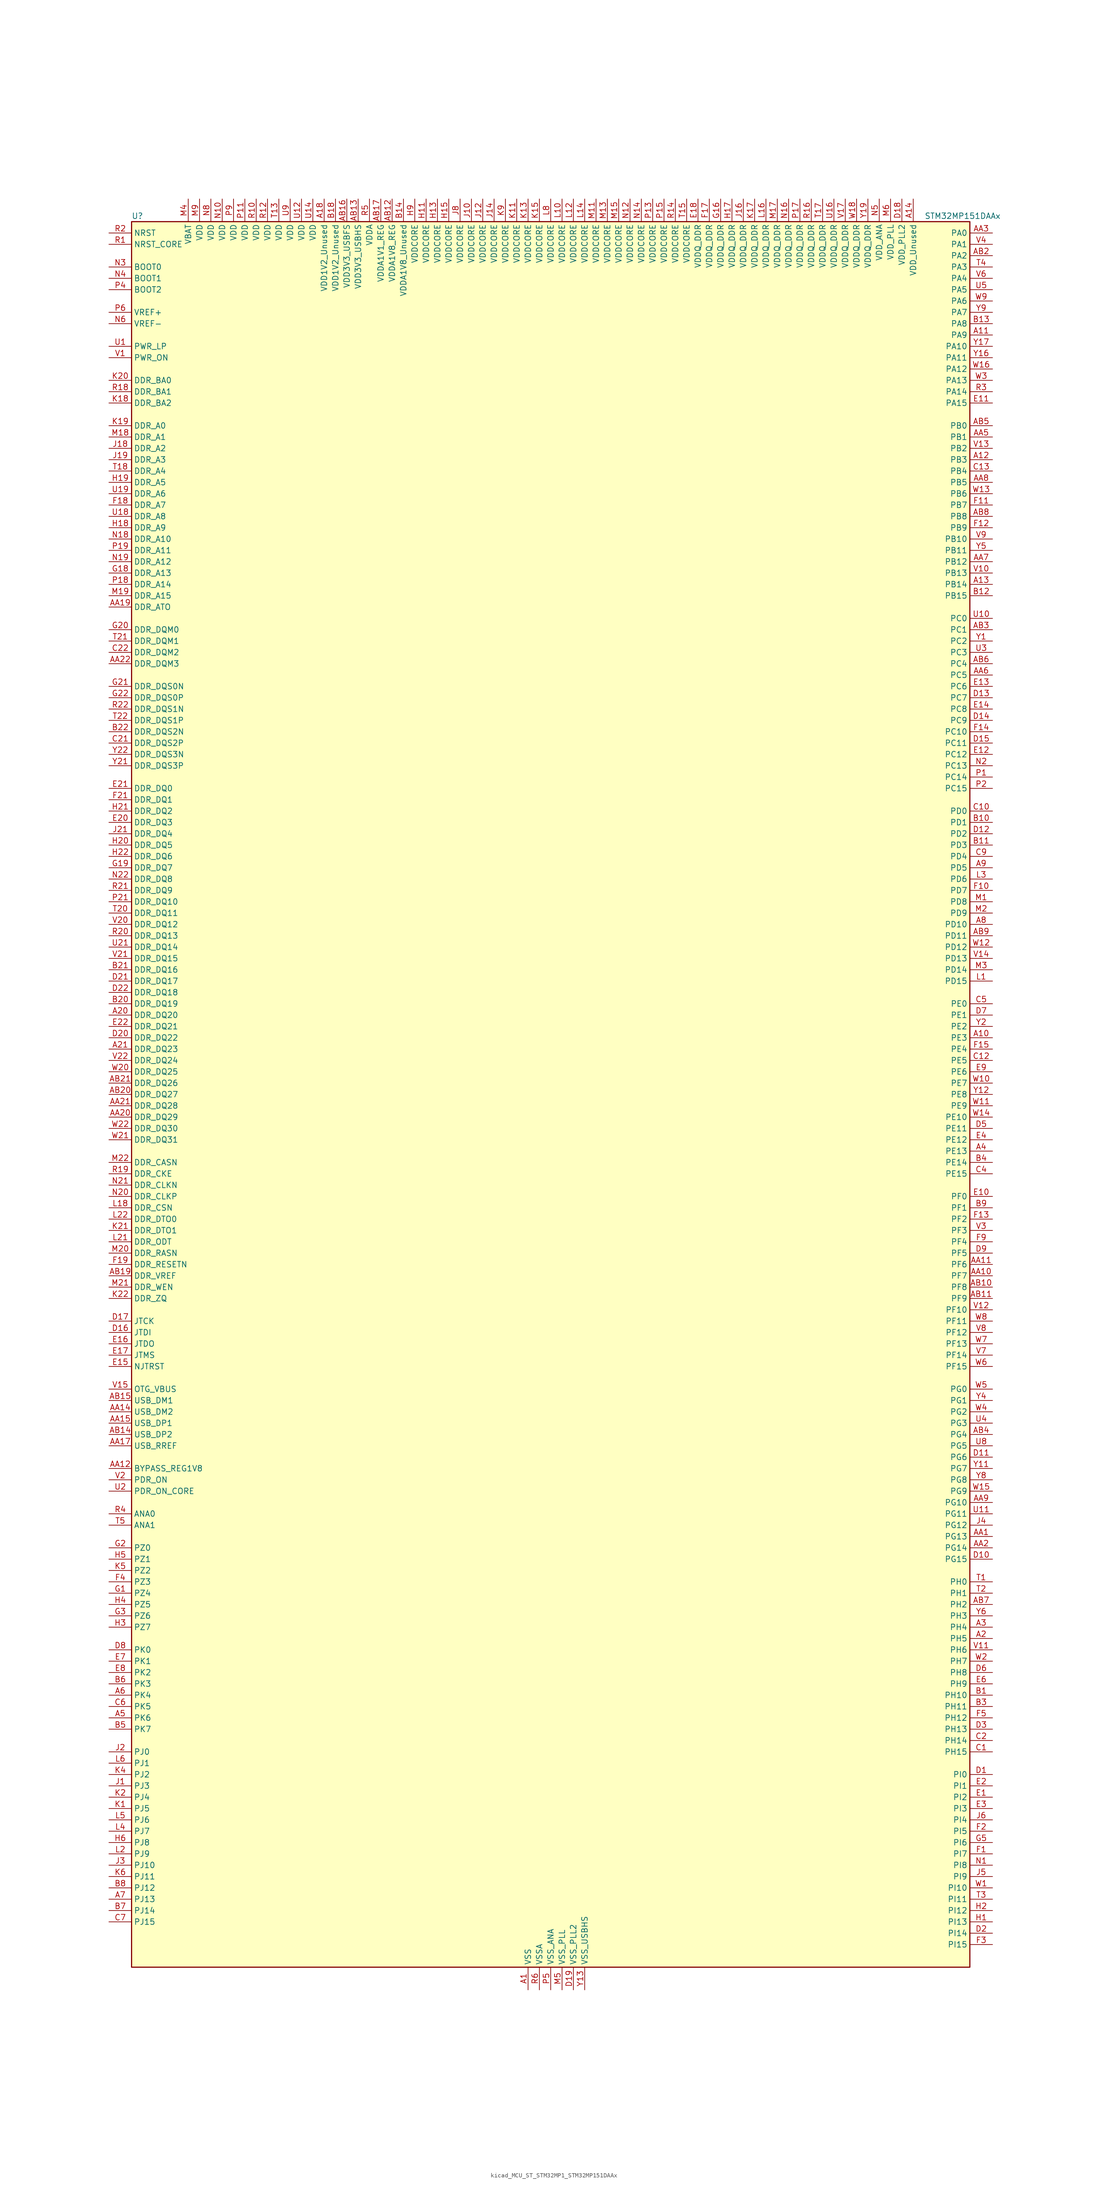
<source format=kicad_sym>
(kicad_symbol_lib
  (version 20220914)
  (generator kicad_symbol_editor)
  (symbol "kicad_MCU_ST_STM32MP1_STM32MP151DAAx"
    (property "Reference" "U"
      (at -93.98 196.85 0)
      (effects (font (size 1.27 1.27)) (justify left)))
    (property "Value" "STM32MP151DAAx"
      (at 83.82 196.85 0)
      (effects (font (size 1.27 1.27)) (justify left)))
    (property "ki_locked" ""
      (at 0 0 0)
      (effects (font (size 1.27 1.27))))
    (symbol "kicad_MCU_ST_STM32MP1_STM32MP151DAAx_0_1"
      (rectangle (start -93.98 -195.58) (end 93.98 195.58) (stroke (width 0.254) (type default)) (fill (type background))))
    (symbol "kicad_MCU_ST_STM32MP1_STM32MP151DAAx_1_1"
      (pin power_in line (at -5.08 -200.66 90) (length 5.08) (name "VSS" (effects (font (size 1.27 1.27)))) (number "A1" (effects (font (size 1.27 1.27)))))
      (pin bidirectional line (at 99.06 12.7 180) (length 5.08) (name "PE3" (effects (font (size 1.27 1.27)))) (number "A10" (effects (font (size 1.27 1.27)))) (alternate "DEBUG_TRACED0" bidirectional line) (alternate "FMC_A19" bidirectional line) (alternate "SAI1_SD_B" bidirectional line) (alternate "SDMMC2_CK" bidirectional line) (alternate "TIM15_BKIN" bidirectional line))
      (pin bidirectional line (at 99.06 170.18 180) (length 5.08) (name "PA9" (effects (font (size 1.27 1.27)))) (number "A11" (effects (font (size 1.27 1.27)))) (alternate "DAC1_EXTI9" bidirectional line) (alternate "DCMI_D0" bidirectional line) (alternate "I2C3_SMBA" bidirectional line) (alternate "I2S2_CK" bidirectional line) (alternate "LTDC_R5" bidirectional line) (alternate "SDMMC2_CDIR" bidirectional line) (alternate "SDMMC2_D5" bidirectional line) (alternate "SPI2_SCK" bidirectional line) (alternate "TIM1_CH2" bidirectional line) (alternate "USART1_TX" bidirectional line))
      (pin bidirectional line (at 99.06 142.24 180) (length 5.08) (name "PB3" (effects (font (size 1.27 1.27)))) (number "A12" (effects (font (size 1.27 1.27)))) (alternate "DEBUG_TRACED9" bidirectional line) (alternate "I2S1_CK" bidirectional line) (alternate "I2S3_CK" bidirectional line) (alternate "SAI4_CK1" bidirectional line) (alternate "SAI4_MCLK_A" bidirectional line) (alternate "SDMMC2_D2" bidirectional line) (alternate "SPI1_SCK" bidirectional line) (alternate "SPI3_SCK" bidirectional line) (alternate "SPI6_SCK" bidirectional line) (alternate "TIM2_CH2" bidirectional line) (alternate "UART7_RX" bidirectional line))
      (pin bidirectional line (at 99.06 114.3 180) (length 5.08) (name "PB14" (effects (font (size 1.27 1.27)))) (number "A13" (effects (font (size 1.27 1.27)))) (alternate "DFSDM1_DATIN2" bidirectional line) (alternate "I2S2_SDI" bidirectional line) (alternate "SDMMC2_D0" bidirectional line) (alternate "SPI2_MISO" bidirectional line) (alternate "TIM12_CH1" bidirectional line) (alternate "TIM1_CH2N" bidirectional line) (alternate "TIM8_CH2N" bidirectional line) (alternate "USART1_TX" bidirectional line) (alternate "USART3_DE" bidirectional line) (alternate "USART3_RTS" bidirectional line))
      (pin power_in line (at 81.28 200.66 270) (length 5.08) (name "VDD_Unused" (effects (font (size 1.27 1.27)))) (number "A14" (effects (font (size 1.27 1.27)))))
      (pin no_connect line (at -93.98 -195.58 0) (length 5.08) hide (name "DNU" (effects (font (size 1.27 1.27)))) (number "A15" (effects (font (size 1.27 1.27)))))
      (pin no_connect line (at -93.98 -193.04 0) (length 5.08) hide (name "DNU" (effects (font (size 1.27 1.27)))) (number "A16" (effects (font (size 1.27 1.27)))))
      (pin no_connect line (at -93.98 -190.5 0) (length 5.08) hide (name "DNU" (effects (font (size 1.27 1.27)))) (number "A17" (effects (font (size 1.27 1.27)))))
      (pin power_in line (at -50.8 200.66 270) (length 5.08) (name "VDD1V2_Unused" (effects (font (size 1.27 1.27)))) (number "A18" (effects (font (size 1.27 1.27)))))
      (pin passive line (at -5.08 -200.66 90) (length 5.08) hide (name "VSS" (effects (font (size 1.27 1.27)))) (number "A19" (effects (font (size 1.27 1.27)))))
      (pin bidirectional line (at 99.06 -121.92 180) (length 5.08) (name "PH5" (effects (font (size 1.27 1.27)))) (number "A2" (effects (font (size 1.27 1.27)))) (alternate "I2C2_SDA" bidirectional line) (alternate "SAI4_SD_B" bidirectional line) (alternate "SPI5_NSS" bidirectional line))
      (pin bidirectional line (at -99.06 17.78 0) (length 5.08) (name "DDR_DQ20" (effects (font (size 1.27 1.27)))) (number "A20" (effects (font (size 1.27 1.27)))) (alternate "DDR_DQ20" bidirectional line))
      (pin bidirectional line (at -99.06 10.16 0) (length 5.08) (name "DDR_DQ23" (effects (font (size 1.27 1.27)))) (number "A21" (effects (font (size 1.27 1.27)))) (alternate "DDR_DQ23" bidirectional line))
      (pin passive line (at -5.08 -200.66 90) (length 5.08) hide (name "VSS" (effects (font (size 1.27 1.27)))) (number "A22" (effects (font (size 1.27 1.27)))))
      (pin bidirectional line (at 99.06 -119.38 180) (length 5.08) (name "PH4" (effects (font (size 1.27 1.27)))) (number "A3" (effects (font (size 1.27 1.27)))) (alternate "I2C2_SCL" bidirectional line) (alternate "LTDC_G4" bidirectional line) (alternate "LTDC_G5" bidirectional line))
      (pin bidirectional line (at 99.06 -12.7 180) (length 5.08) (name "PE13" (effects (font (size 1.27 1.27)))) (number "A4" (effects (font (size 1.27 1.27)))) (alternate "DCMI_D6" bidirectional line) (alternate "DFSDM1_CKIN5" bidirectional line) (alternate "FMC_D10" bidirectional line) (alternate "FMC_DA10" bidirectional line) (alternate "HDP_HDP2" bidirectional line) (alternate "LTDC_DE" bidirectional line) (alternate "SAI2_FS_B" bidirectional line) (alternate "SPI4_MISO" bidirectional line) (alternate "TIM1_CH3" bidirectional line))
      (pin bidirectional line (at -99.06 -139.7 0) (length 5.08) (name "PK6" (effects (font (size 1.27 1.27)))) (number "A5" (effects (font (size 1.27 1.27)))) (alternate "DEBUG_TRACED7" bidirectional line) (alternate "HDP_HDP7" bidirectional line) (alternate "LTDC_B7" bidirectional line))
      (pin bidirectional line (at -99.06 -134.62 0) (length 5.08) (name "PK4" (effects (font (size 1.27 1.27)))) (number "A6" (effects (font (size 1.27 1.27)))) (alternate "LTDC_B5" bidirectional line))
      (pin bidirectional line (at -99.06 -180.34 0) (length 5.08) (name "PJ13" (effects (font (size 1.27 1.27)))) (number "A7" (effects (font (size 1.27 1.27)))) (alternate "LTDC_B1" bidirectional line) (alternate "LTDC_G4" bidirectional line))
      (pin bidirectional line (at 99.06 38.1 180) (length 5.08) (name "PD10" (effects (font (size 1.27 1.27)))) (number "A8" (effects (font (size 1.27 1.27)))) (alternate "DFSDM1_CKOUT" bidirectional line) (alternate "FMC_D15" bidirectional line) (alternate "FMC_DA15" bidirectional line) (alternate "I2C5_SMBA" bidirectional line) (alternate "I2S3_SDI" bidirectional line) (alternate "LTDC_B3" bidirectional line) (alternate "RTC_REFIN" bidirectional line) (alternate "SAI3_FS_B" bidirectional line) (alternate "SPI3_MISO" bidirectional line) (alternate "TIM16_BKIN" bidirectional line) (alternate "USART3_CK" bidirectional line))
      (pin bidirectional line (at 99.06 50.8 180) (length 5.08) (name "PD5" (effects (font (size 1.27 1.27)))) (number "A9" (effects (font (size 1.27 1.27)))) (alternate "FMC_NWE" bidirectional line) (alternate "SDMMC3_D2" bidirectional line) (alternate "USART2_TX" bidirectional line))
      (pin bidirectional line (at 99.06 -99.06 180) (length 5.08) (name "PG13" (effects (font (size 1.27 1.27)))) (number "AA1" (effects (font (size 1.27 1.27)))) (alternate "DEBUG_TRACED0" bidirectional line) (alternate "ETH1_TXD0" bidirectional line) (alternate "FMC_A24" bidirectional line) (alternate "LPTIM1_OUT" bidirectional line) (alternate "LTDC_R0" bidirectional line) (alternate "SAI1_CK2" bidirectional line) (alternate "SAI1_SCK_A" bidirectional line) (alternate "SAI4_CK1" bidirectional line) (alternate "SAI4_MCLK_A" bidirectional line) (alternate "SPI6_SCK" bidirectional line) (alternate "USART6_CTS" bidirectional line) (alternate "USART6_NSS" bidirectional line))
      (pin bidirectional line (at 99.06 -40.64 180) (length 5.08) (name "PF7" (effects (font (size 1.27 1.27)))) (number "AA10" (effects (font (size 1.27 1.27)))) (alternate "QUADSPI_BK1_IO2" bidirectional line) (alternate "SAI1_MCLK_B" bidirectional line) (alternate "SPI5_SCK" bidirectional line) (alternate "TIM17_CH1" bidirectional line) (alternate "UART7_TX" bidirectional line))
      (pin bidirectional line (at 99.06 -38.1 180) (length 5.08) (name "PF6" (effects (font (size 1.27 1.27)))) (number "AA11" (effects (font (size 1.27 1.27)))) (alternate "QUADSPI_BK1_IO3" bidirectional line) (alternate "SAI1_SD_B" bidirectional line) (alternate "SAI4_SCK_B" bidirectional line) (alternate "SPI5_NSS" bidirectional line) (alternate "TIM16_CH1" bidirectional line) (alternate "UART7_RX" bidirectional line))
      (pin bidirectional line (at -99.06 -83.82 0) (length 5.08) (name "BYPASS_REG1V8" (effects (font (size 1.27 1.27)))) (number "AA12" (effects (font (size 1.27 1.27)))))
      (pin passive line (at 7.62 -200.66 90) (length 5.08) hide (name "VSS_USBHS" (effects (font (size 1.27 1.27)))) (number "AA13" (effects (font (size 1.27 1.27)))))
      (pin bidirectional line (at -99.06 -71.12 0) (length 5.08) (name "USB_DM2" (effects (font (size 1.27 1.27)))) (number "AA14" (effects (font (size 1.27 1.27)))) (alternate "USBH_HS2_DM" bidirectional line) (alternate "USB_OTG_HS_DM" bidirectional line))
      (pin bidirectional line (at -99.06 -73.66 0) (length 5.08) (name "USB_DP1" (effects (font (size 1.27 1.27)))) (number "AA15" (effects (font (size 1.27 1.27)))) (alternate "USBH_HS1_DP" bidirectional line))
      (pin passive line (at 7.62 -200.66 90) (length 5.08) hide (name "VSS_USBHS" (effects (font (size 1.27 1.27)))) (number "AA16" (effects (font (size 1.27 1.27)))))
      (pin bidirectional line (at -99.06 -78.74 0) (length 5.08) (name "USB_RREF" (effects (font (size 1.27 1.27)))) (number "AA17" (effects (font (size 1.27 1.27)))))
      (pin passive line (at -5.08 -200.66 90) (length 5.08) hide (name "VSS" (effects (font (size 1.27 1.27)))) (number "AA18" (effects (font (size 1.27 1.27)))))
      (pin bidirectional line (at -99.06 109.22 0) (length 5.08) (name "DDR_ATO" (effects (font (size 1.27 1.27)))) (number "AA19" (effects (font (size 1.27 1.27)))) (alternate "DDR_ATO" bidirectional line))
      (pin bidirectional line (at 99.06 -101.6 180) (length 5.08) (name "PG14" (effects (font (size 1.27 1.27)))) (number "AA2" (effects (font (size 1.27 1.27)))) (alternate "DEBUG_TRACED1" bidirectional line) (alternate "ETH1_TXD1" bidirectional line) (alternate "FMC_A25" bidirectional line) (alternate "LPTIM1_ETR" bidirectional line) (alternate "LTDC_B0" bidirectional line) (alternate "QUADSPI_BK2_IO3" bidirectional line) (alternate "SAI4_D1" bidirectional line) (alternate "SAI4_SD_A" bidirectional line) (alternate "SPI6_MOSI" bidirectional line) (alternate "USART6_TX" bidirectional line))
      (pin bidirectional line (at -99.06 -5.08 0) (length 5.08) (name "DDR_DQ29" (effects (font (size 1.27 1.27)))) (number "AA20" (effects (font (size 1.27 1.27)))) (alternate "DDR_DQ29" bidirectional line))
      (pin bidirectional line (at -99.06 -2.54 0) (length 5.08) (name "DDR_DQ28" (effects (font (size 1.27 1.27)))) (number "AA21" (effects (font (size 1.27 1.27)))) (alternate "DDR_DQ28" bidirectional line))
      (pin bidirectional line (at -99.06 96.52 0) (length 5.08) (name "DDR_DQM3" (effects (font (size 1.27 1.27)))) (number "AA22" (effects (font (size 1.27 1.27)))) (alternate "DDR_DQM3" bidirectional line))
      (pin bidirectional line (at 99.06 193.04 180) (length 5.08) (name "PA0" (effects (font (size 1.27 1.27)))) (number "AA3" (effects (font (size 1.27 1.27)))) (alternate "ADC1_INP16" bidirectional line) (alternate "ETH1_CRS" bidirectional line) (alternate "PWR_WKUP1" bidirectional line) (alternate "SAI2_SD_B" bidirectional line) (alternate "SDMMC2_CMD" bidirectional line) (alternate "TIM15_BKIN" bidirectional line) (alternate "TIM2_CH1" bidirectional line) (alternate "TIM2_ETR" bidirectional line) (alternate "TIM5_CH1" bidirectional line) (alternate "TIM8_ETR" bidirectional line) (alternate "UART4_TX" bidirectional line) (alternate "USART2_CTS" bidirectional line) (alternate "USART2_NSS" bidirectional line))
      (pin passive line (at -5.08 -200.66 90) (length 5.08) hide (name "VSS" (effects (font (size 1.27 1.27)))) (number "AA4" (effects (font (size 1.27 1.27)))))
      (pin bidirectional line (at 99.06 147.32 180) (length 5.08) (name "PB1" (effects (font (size 1.27 1.27)))) (number "AA5" (effects (font (size 1.27 1.27)))) (alternate "ADC1_INP5" bidirectional line) (alternate "ADC2_INP5" bidirectional line) (alternate "DFSDM1_DATIN1" bidirectional line) (alternate "ETH1_RXD3" bidirectional line) (alternate "LTDC_G0" bidirectional line) (alternate "LTDC_R6" bidirectional line) (alternate "TIM1_CH3N" bidirectional line) (alternate "TIM3_CH4" bidirectional line) (alternate "TIM8_CH3N" bidirectional line))
      (pin bidirectional line (at 99.06 93.98 180) (length 5.08) (name "PC5" (effects (font (size 1.27 1.27)))) (number "AA6" (effects (font (size 1.27 1.27)))) (alternate "ADC1_INN4" bidirectional line) (alternate "ADC1_INP8" bidirectional line) (alternate "ADC2_INN4" bidirectional line) (alternate "ADC2_INP8" bidirectional line) (alternate "DFSDM1_DATIN2" bidirectional line) (alternate "ETH1_RXD1" bidirectional line) (alternate "SAI1_D3" bidirectional line) (alternate "SAI1_D4" bidirectional line) (alternate "SAI4_D3" bidirectional line) (alternate "SAI4_D4" bidirectional line) (alternate "SPDIFRX_IN3" bidirectional line))
      (pin bidirectional line (at 99.06 119.38 180) (length 5.08) (name "PB12" (effects (font (size 1.27 1.27)))) (number "AA7" (effects (font (size 1.27 1.27)))) (alternate "DFSDM1_DATIN1" bidirectional line) (alternate "ETH1_TXD0" bidirectional line) (alternate "I2C2_SMBA" bidirectional line) (alternate "I2C6_SMBA" bidirectional line) (alternate "I2S2_WS" bidirectional line) (alternate "SPI2_NSS" bidirectional line) (alternate "TIM1_BKIN" bidirectional line) (alternate "UART5_RX" bidirectional line) (alternate "USART3_CK" bidirectional line) (alternate "USART3_RX" bidirectional line))
      (pin bidirectional line (at 99.06 137.16 180) (length 5.08) (name "PB5" (effects (font (size 1.27 1.27)))) (number "AA8" (effects (font (size 1.27 1.27)))) (alternate "DCMI_D10" bidirectional line) (alternate "ETH1_CLK" bidirectional line) (alternate "ETH1_PPS_OUT" bidirectional line) (alternate "I2C1_SMBA" bidirectional line) (alternate "I2C4_SMBA" bidirectional line) (alternate "I2S1_SDO" bidirectional line) (alternate "I2S3_SDO" bidirectional line) (alternate "LTDC_G7" bidirectional line) (alternate "SAI4_D1" bidirectional line) (alternate "SAI4_SD_A" bidirectional line) (alternate "SPI1_MOSI" bidirectional line) (alternate "SPI3_MOSI" bidirectional line) (alternate "SPI6_MOSI" bidirectional line) (alternate "TIM17_BKIN" bidirectional line) (alternate "TIM3_CH2" bidirectional line) (alternate "UART5_RX" bidirectional line))
      (pin bidirectional line (at 99.06 -91.44 180) (length 5.08) (name "PG10" (effects (font (size 1.27 1.27)))) (number "AA9" (effects (font (size 1.27 1.27)))) (alternate "DCMI_D2" bidirectional line) (alternate "DEBUG_TRACED10" bidirectional line) (alternate "FMC_NE3" bidirectional line) (alternate "LTDC_B2" bidirectional line) (alternate "LTDC_G3" bidirectional line) (alternate "QUADSPI_BK2_IO2" bidirectional line) (alternate "SAI2_SD_B" bidirectional line) (alternate "UART8_CTS" bidirectional line))
      (pin passive line (at -5.08 -200.66 90) (length 5.08) hide (name "VSS" (effects (font (size 1.27 1.27)))) (number "AB1" (effects (font (size 1.27 1.27)))))
      (pin bidirectional line (at 99.06 -43.18 180) (length 5.08) (name "PF8" (effects (font (size 1.27 1.27)))) (number "AB10" (effects (font (size 1.27 1.27)))) (alternate "DEBUG_TRACED12" bidirectional line) (alternate "QUADSPI_BK1_IO0" bidirectional line) (alternate "SAI1_SCK_B" bidirectional line) (alternate "SPI5_MISO" bidirectional line) (alternate "TIM13_CH1" bidirectional line) (alternate "TIM16_CH1N" bidirectional line) (alternate "UART7_DE" bidirectional line) (alternate "UART7_RTS" bidirectional line))
      (pin bidirectional line (at 99.06 -45.72 180) (length 5.08) (name "PF9" (effects (font (size 1.27 1.27)))) (number "AB11" (effects (font (size 1.27 1.27)))) (alternate "DAC1_EXTI9" bidirectional line) (alternate "DEBUG_TRACED13" bidirectional line) (alternate "QUADSPI_BK1_IO1" bidirectional line) (alternate "SAI1_FS_B" bidirectional line) (alternate "SPI5_MOSI" bidirectional line) (alternate "TIM14_CH1" bidirectional line) (alternate "TIM17_CH1N" bidirectional line) (alternate "UART7_CTS" bidirectional line))
      (pin power_in line (at -35.56 200.66 270) (length 5.08) (name "VDDA1V8_REG" (effects (font (size 1.27 1.27)))) (number "AB12" (effects (font (size 1.27 1.27)))))
      (pin power_in line (at -43.18 200.66 270) (length 5.08) (name "VDD3V3_USBHS" (effects (font (size 1.27 1.27)))) (number "AB13" (effects (font (size 1.27 1.27)))))
      (pin bidirectional line (at -99.06 -76.2 0) (length 5.08) (name "USB_DP2" (effects (font (size 1.27 1.27)))) (number "AB14" (effects (font (size 1.27 1.27)))) (alternate "USBH_HS2_DP" bidirectional line) (alternate "USB_OTG_HS_DP" bidirectional line))
      (pin bidirectional line (at -99.06 -68.58 0) (length 5.08) (name "USB_DM1" (effects (font (size 1.27 1.27)))) (number "AB15" (effects (font (size 1.27 1.27)))) (alternate "USBH_HS1_DM" bidirectional line))
      (pin power_in line (at -45.72 200.66 270) (length 5.08) (name "VDD3V3_USBFS" (effects (font (size 1.27 1.27)))) (number "AB16" (effects (font (size 1.27 1.27)))))
      (pin power_in line (at -38.1 200.66 270) (length 5.08) (name "VDDA1V1_REG" (effects (font (size 1.27 1.27)))) (number "AB17" (effects (font (size 1.27 1.27)))))
      (pin passive line (at -5.08 -200.66 90) (length 5.08) hide (name "VSS" (effects (font (size 1.27 1.27)))) (number "AB18" (effects (font (size 1.27 1.27)))))
      (pin bidirectional line (at -99.06 -40.64 0) (length 5.08) (name "DDR_VREF" (effects (font (size 1.27 1.27)))) (number "AB19" (effects (font (size 1.27 1.27)))) (alternate "DDR_VREF" bidirectional line))
      (pin bidirectional line (at 99.06 187.96 180) (length 5.08) (name "PA2" (effects (font (size 1.27 1.27)))) (number "AB2" (effects (font (size 1.27 1.27)))) (alternate "ADC1_INP14" bidirectional line) (alternate "ETH1_MDIO" bidirectional line) (alternate "LPTIM4_OUT" bidirectional line) (alternate "LTDC_R1" bidirectional line) (alternate "PWR_WKUP2" bidirectional line) (alternate "SAI2_SCK_B" bidirectional line) (alternate "SDMMC2_D0DIR" bidirectional line) (alternate "TIM15_CH1" bidirectional line) (alternate "TIM2_CH3" bidirectional line) (alternate "TIM5_CH3" bidirectional line) (alternate "USART2_TX" bidirectional line))
      (pin bidirectional line (at -99.06 0 0) (length 5.08) (name "DDR_DQ27" (effects (font (size 1.27 1.27)))) (number "AB20" (effects (font (size 1.27 1.27)))) (alternate "DDR_DQ27" bidirectional line))
      (pin bidirectional line (at -99.06 2.54 0) (length 5.08) (name "DDR_DQ26" (effects (font (size 1.27 1.27)))) (number "AB21" (effects (font (size 1.27 1.27)))) (alternate "DDR_DQ26" bidirectional line))
      (pin passive line (at -5.08 -200.66 90) (length 5.08) hide (name "VSS" (effects (font (size 1.27 1.27)))) (number "AB22" (effects (font (size 1.27 1.27)))))
      (pin bidirectional line (at 99.06 104.14 180) (length 5.08) (name "PC1" (effects (font (size 1.27 1.27)))) (number "AB3" (effects (font (size 1.27 1.27)))) (alternate "ADC1_INN10" bidirectional line) (alternate "ADC1_INP11" bidirectional line) (alternate "ADC2_INN10" bidirectional line) (alternate "ADC2_INP11" bidirectional line) (alternate "DEBUG_TRACED0" bidirectional line) (alternate "DFSDM1_CKIN4" bidirectional line) (alternate "DFSDM1_DATIN0" bidirectional line) (alternate "ETH1_MDC" bidirectional line) (alternate "I2S2_SDO" bidirectional line) (alternate "PWR_WKUP6" bidirectional line) (alternate "SAI1_D1" bidirectional line) (alternate "SAI1_SD_A" bidirectional line) (alternate "SDMMC2_CK" bidirectional line) (alternate "SPI2_MOSI" bidirectional line) (alternate "TAMP_IN3" bidirectional line))
      (pin bidirectional line (at 99.06 -76.2 180) (length 5.08) (name "PG4" (effects (font (size 1.27 1.27)))) (number "AB4" (effects (font (size 1.27 1.27)))) (alternate "ETH1_GTX_CLK" bidirectional line) (alternate "FMC_A14" bidirectional line) (alternate "TIM1_BKIN2" bidirectional line))
      (pin bidirectional line (at 99.06 149.86 180) (length 5.08) (name "PB0" (effects (font (size 1.27 1.27)))) (number "AB5" (effects (font (size 1.27 1.27)))) (alternate "ADC1_INN5" bidirectional line) (alternate "ADC1_INP9" bidirectional line) (alternate "ADC2_INN5" bidirectional line) (alternate "ADC2_INP9" bidirectional line) (alternate "DFSDM1_CKOUT" bidirectional line) (alternate "ETH1_RXD2" bidirectional line) (alternate "LTDC_G1" bidirectional line) (alternate "LTDC_R3" bidirectional line) (alternate "TIM1_CH2N" bidirectional line) (alternate "TIM3_CH3" bidirectional line) (alternate "TIM8_CH2N" bidirectional line) (alternate "UART4_CTS" bidirectional line))
      (pin bidirectional line (at 99.06 96.52 180) (length 5.08) (name "PC4" (effects (font (size 1.27 1.27)))) (number "AB6" (effects (font (size 1.27 1.27)))) (alternate "ADC1_INP4" bidirectional line) (alternate "ADC2_INP4" bidirectional line) (alternate "DFSDM1_CKIN2" bidirectional line) (alternate "ETH1_RXD0" bidirectional line) (alternate "I2S1_MCK" bidirectional line) (alternate "SPDIFRX_IN2" bidirectional line))
      (pin bidirectional line (at 99.06 -114.3 180) (length 5.08) (name "PH2" (effects (font (size 1.27 1.27)))) (number "AB7" (effects (font (size 1.27 1.27)))) (alternate "ETH1_CRS" bidirectional line) (alternate "LPTIM1_IN2" bidirectional line) (alternate "LTDC_R0" bidirectional line) (alternate "QUADSPI_BK2_IO0" bidirectional line) (alternate "SAI2_SCK_B" bidirectional line))
      (pin bidirectional line (at 99.06 129.54 180) (length 5.08) (name "PB8" (effects (font (size 1.27 1.27)))) (number "AB8" (effects (font (size 1.27 1.27)))) (alternate "DCMI_D6" bidirectional line) (alternate "DFSDM1_CKIN7" bidirectional line) (alternate "ETH1_TXD3" bidirectional line) (alternate "HDP_HDP6" bidirectional line) (alternate "I2C1_SCL" bidirectional line) (alternate "I2C4_SCL" bidirectional line) (alternate "LTDC_B6" bidirectional line) (alternate "SDMMC1_CKIN" bidirectional line) (alternate "SDMMC1_D4" bidirectional line) (alternate "SDMMC2_CKIN" bidirectional line) (alternate "SDMMC2_D4" bidirectional line) (alternate "TIM16_CH1" bidirectional line) (alternate "TIM4_CH3" bidirectional line) (alternate "UART4_RX" bidirectional line))
      (pin bidirectional line (at 99.06 35.56 180) (length 5.08) (name "PD11" (effects (font (size 1.27 1.27)))) (number "AB9" (effects (font (size 1.27 1.27)))) (alternate "ADC1_EXTI11" bidirectional line) (alternate "ADC2_EXTI11" bidirectional line) (alternate "FMC_A16" bidirectional line) (alternate "FMC_CLE" bidirectional line) (alternate "I2C1_SMBA" bidirectional line) (alternate "I2C4_SMBA" bidirectional line) (alternate "LPTIM2_IN2" bidirectional line) (alternate "QUADSPI_BK1_IO0" bidirectional line) (alternate "SAI2_SD_A" bidirectional line) (alternate "USART3_CTS" bidirectional line) (alternate "USART3_NSS" bidirectional line))
      (pin bidirectional line (at 99.06 -134.62 180) (length 5.08) (name "PH10" (effects (font (size 1.27 1.27)))) (number "B1" (effects (font (size 1.27 1.27)))) (alternate "DCMI_D1" bidirectional line) (alternate "I2C1_SMBA" bidirectional line) (alternate "I2C4_SMBA" bidirectional line) (alternate "LTDC_R4" bidirectional line) (alternate "TIM5_CH1" bidirectional line))
      (pin bidirectional line (at 99.06 60.96 180) (length 5.08) (name "PD1" (effects (font (size 1.27 1.27)))) (number "B10" (effects (font (size 1.27 1.27)))) (alternate "DFSDM1_CKIN7" bidirectional line) (alternate "DFSDM1_DATIN6" bidirectional line) (alternate "FMC_D3" bidirectional line) (alternate "FMC_DA3" bidirectional line) (alternate "I2C5_SCL" bidirectional line) (alternate "I2C6_SCL" bidirectional line) (alternate "SAI3_SD_A" bidirectional line) (alternate "SDMMC3_D0" bidirectional line) (alternate "UART4_TX" bidirectional line))
      (pin bidirectional line (at 99.06 55.88 180) (length 5.08) (name "PD3" (effects (font (size 1.27 1.27)))) (number "B11" (effects (font (size 1.27 1.27)))) (alternate "DCMI_D5" bidirectional line) (alternate "DFSDM1_CKOUT" bidirectional line) (alternate "DFSDM1_DATIN0" bidirectional line) (alternate "FMC_CLK" bidirectional line) (alternate "HDP_HDP5" bidirectional line) (alternate "I2S2_CK" bidirectional line) (alternate "LTDC_G7" bidirectional line) (alternate "SDMMC1_D123DIR" bidirectional line) (alternate "SDMMC1_D7" bidirectional line) (alternate "SDMMC2_D123DIR" bidirectional line) (alternate "SDMMC2_D7" bidirectional line) (alternate "SPI2_SCK" bidirectional line) (alternate "USART2_CTS" bidirectional line) (alternate "USART2_NSS" bidirectional line))
      (pin bidirectional line (at 99.06 111.76 180) (length 5.08) (name "PB15" (effects (font (size 1.27 1.27)))) (number "B12" (effects (font (size 1.27 1.27)))) (alternate "ADC1_EXTI15" bidirectional line) (alternate "ADC2_EXTI15" bidirectional line) (alternate "DFSDM1_CKIN2" bidirectional line) (alternate "I2S2_SDO" bidirectional line) (alternate "RTC_REFIN" bidirectional line) (alternate "SDMMC2_D1" bidirectional line) (alternate "SPI2_MOSI" bidirectional line) (alternate "TIM12_CH2" bidirectional line) (alternate "TIM1_CH3N" bidirectional line) (alternate "TIM8_CH3N" bidirectional line) (alternate "USART1_RX" bidirectional line))
      (pin bidirectional line (at 99.06 172.72 180) (length 5.08) (name "PA8" (effects (font (size 1.27 1.27)))) (number "B13" (effects (font (size 1.27 1.27)))) (alternate "I2C3_SCL" bidirectional line) (alternate "I2S3_SDO" bidirectional line) (alternate "LTDC_R6" bidirectional line) (alternate "RCC_MCO_1" bidirectional line) (alternate "SAI4_SD_B" bidirectional line) (alternate "SDMMC2_CKIN" bidirectional line) (alternate "SDMMC2_D4" bidirectional line) (alternate "SPI3_MOSI" bidirectional line) (alternate "TIM1_CH1" bidirectional line) (alternate "TIM8_BKIN2" bidirectional line) (alternate "UART7_RX" bidirectional line) (alternate "USART1_CK" bidirectional line) (alternate "USB_OTG_HS_SOF" bidirectional line))
      (pin power_in line (at -33.02 200.66 270) (length 5.08) (name "VDDA1V8_Unused" (effects (font (size 1.27 1.27)))) (number "B14" (effects (font (size 1.27 1.27)))))
      (pin no_connect line (at -93.98 -187.96 0) (length 5.08) hide (name "DNU" (effects (font (size 1.27 1.27)))) (number "B15" (effects (font (size 1.27 1.27)))))
      (pin no_connect line (at -93.98 -185.42 0) (length 5.08) hide (name "DNU" (effects (font (size 1.27 1.27)))) (number "B16" (effects (font (size 1.27 1.27)))))
      (pin no_connect line (at -93.98 -182.88 0) (length 5.08) hide (name "DNU" (effects (font (size 1.27 1.27)))) (number "B17" (effects (font (size 1.27 1.27)))))
      (pin power_in line (at -48.26 200.66 270) (length 5.08) (name "VDD1V2_Unused" (effects (font (size 1.27 1.27)))) (number "B18" (effects (font (size 1.27 1.27)))))
      (pin passive line (at -5.08 -200.66 90) (length 5.08) hide (name "VSS" (effects (font (size 1.27 1.27)))) (number "B19" (effects (font (size 1.27 1.27)))))
      (pin passive line (at -5.08 -200.66 90) (length 5.08) hide (name "VSS" (effects (font (size 1.27 1.27)))) (number "B2" (effects (font (size 1.27 1.27)))))
      (pin bidirectional line (at -99.06 20.32 0) (length 5.08) (name "DDR_DQ19" (effects (font (size 1.27 1.27)))) (number "B20" (effects (font (size 1.27 1.27)))) (alternate "DDR_DQ19" bidirectional line))
      (pin bidirectional line (at -99.06 27.94 0) (length 5.08) (name "DDR_DQ16" (effects (font (size 1.27 1.27)))) (number "B21" (effects (font (size 1.27 1.27)))) (alternate "DDR_DQ16" bidirectional line))
      (pin bidirectional line (at -99.06 81.28 0) (length 5.08) (name "DDR_DQS2N" (effects (font (size 1.27 1.27)))) (number "B22" (effects (font (size 1.27 1.27)))) (alternate "DDR_DQS2N" bidirectional line))
      (pin bidirectional line (at 99.06 -137.16 180) (length 5.08) (name "PH11" (effects (font (size 1.27 1.27)))) (number "B3" (effects (font (size 1.27 1.27)))) (alternate "ADC1_EXTI11" bidirectional line) (alternate "ADC2_EXTI11" bidirectional line) (alternate "DCMI_D2" bidirectional line) (alternate "I2C1_SCL" bidirectional line) (alternate "I2C4_SCL" bidirectional line) (alternate "LTDC_R5" bidirectional line) (alternate "TIM5_CH2" bidirectional line))
      (pin bidirectional line (at 99.06 -15.24 180) (length 5.08) (name "PE14" (effects (font (size 1.27 1.27)))) (number "B4" (effects (font (size 1.27 1.27)))) (alternate "FMC_D11" bidirectional line) (alternate "FMC_DA11" bidirectional line) (alternate "LTDC_CLK" bidirectional line) (alternate "LTDC_G0" bidirectional line) (alternate "SAI2_MCLK_B" bidirectional line) (alternate "SDMMC1_D123DIR" bidirectional line) (alternate "SPI4_MOSI" bidirectional line) (alternate "TIM1_CH4" bidirectional line) (alternate "UART8_DE" bidirectional line) (alternate "UART8_RTS" bidirectional line))
      (pin bidirectional line (at -99.06 -142.24 0) (length 5.08) (name "PK7" (effects (font (size 1.27 1.27)))) (number "B5" (effects (font (size 1.27 1.27)))) (alternate "LTDC_DE" bidirectional line))
      (pin bidirectional line (at -99.06 -132.08 0) (length 5.08) (name "PK3" (effects (font (size 1.27 1.27)))) (number "B6" (effects (font (size 1.27 1.27)))) (alternate "LTDC_B4" bidirectional line))
      (pin bidirectional line (at -99.06 -182.88 0) (length 5.08) (name "PJ14" (effects (font (size 1.27 1.27)))) (number "B7" (effects (font (size 1.27 1.27)))) (alternate "LTDC_B2" bidirectional line))
      (pin bidirectional line (at -99.06 -177.8 0) (length 5.08) (name "PJ12" (effects (font (size 1.27 1.27)))) (number "B8" (effects (font (size 1.27 1.27)))) (alternate "LTDC_B0" bidirectional line) (alternate "LTDC_G3" bidirectional line))
      (pin bidirectional line (at 99.06 -25.4 180) (length 5.08) (name "PF1" (effects (font (size 1.27 1.27)))) (number "B9" (effects (font (size 1.27 1.27)))) (alternate "FMC_A1" bidirectional line) (alternate "I2C2_SCL" bidirectional line) (alternate "SDMMC3_CDIR" bidirectional line) (alternate "SDMMC3_CMD" bidirectional line))
      (pin bidirectional line (at 99.06 -147.32 180) (length 5.08) (name "PH15" (effects (font (size 1.27 1.27)))) (number "C1" (effects (font (size 1.27 1.27)))) (alternate "ADC1_EXTI15" bidirectional line) (alternate "ADC2_EXTI15" bidirectional line) (alternate "DCMI_D11" bidirectional line) (alternate "LTDC_G4" bidirectional line) (alternate "TIM8_CH3N" bidirectional line))
      (pin bidirectional line (at 99.06 63.5 180) (length 5.08) (name "PD0" (effects (font (size 1.27 1.27)))) (number "C10" (effects (font (size 1.27 1.27)))) (alternate "DFSDM1_CKIN6" bidirectional line) (alternate "DFSDM1_DATIN7" bidirectional line) (alternate "FMC_D2" bidirectional line) (alternate "FMC_DA2" bidirectional line) (alternate "I2C5_SDA" bidirectional line) (alternate "I2C6_SDA" bidirectional line) (alternate "SAI3_SCK_A" bidirectional line) (alternate "SDMMC3_CMD" bidirectional line) (alternate "UART4_RX" bidirectional line))
      (pin passive line (at -5.08 -200.66 90) (length 5.08) hide (name "VSS" (effects (font (size 1.27 1.27)))) (number "C11" (effects (font (size 1.27 1.27)))))
      (pin bidirectional line (at 99.06 7.62 180) (length 5.08) (name "PE5" (effects (font (size 1.27 1.27)))) (number "C12" (effects (font (size 1.27 1.27)))) (alternate "DCMI_D6" bidirectional line) (alternate "DEBUG_TRACED3" bidirectional line) (alternate "DFSDM1_CKIN3" bidirectional line) (alternate "FMC_A21" bidirectional line) (alternate "LTDC_G0" bidirectional line) (alternate "SAI1_CK2" bidirectional line) (alternate "SAI1_SCK_A" bidirectional line) (alternate "SDMMC1_D0DIR" bidirectional line) (alternate "SDMMC1_D6" bidirectional line) (alternate "SDMMC2_D0DIR" bidirectional line) (alternate "SDMMC2_D6" bidirectional line) (alternate "SPI4_MISO" bidirectional line) (alternate "TIM15_CH1" bidirectional line))
      (pin bidirectional line (at 99.06 139.7 180) (length 5.08) (name "PB4" (effects (font (size 1.27 1.27)))) (number "C13" (effects (font (size 1.27 1.27)))) (alternate "DEBUG_TRACED8" bidirectional line) (alternate "I2S1_SDI" bidirectional line) (alternate "I2S2_WS" bidirectional line) (alternate "I2S3_SDI" bidirectional line) (alternate "SAI4_CK2" bidirectional line) (alternate "SAI4_SCK_A" bidirectional line) (alternate "SDMMC2_D3" bidirectional line) (alternate "SPI1_MISO" bidirectional line) (alternate "SPI2_NSS" bidirectional line) (alternate "SPI3_MISO" bidirectional line) (alternate "SPI6_MISO" bidirectional line) (alternate "TIM16_BKIN" bidirectional line) (alternate "TIM3_CH1" bidirectional line) (alternate "UART7_TX" bidirectional line))
      (pin passive line (at -5.08 -200.66 90) (length 5.08) hide (name "VSS" (effects (font (size 1.27 1.27)))) (number "C14" (effects (font (size 1.27 1.27)))))
      (pin passive line (at -5.08 -200.66 90) (length 5.08) hide (name "VSS" (effects (font (size 1.27 1.27)))) (number "C15" (effects (font (size 1.27 1.27)))))
      (pin passive line (at -5.08 -200.66 90) (length 5.08) hide (name "VSS" (effects (font (size 1.27 1.27)))) (number "C16" (effects (font (size 1.27 1.27)))))
      (pin passive line (at -5.08 -200.66 90) (length 5.08) hide (name "VSS" (effects (font (size 1.27 1.27)))) (number "C17" (effects (font (size 1.27 1.27)))))
      (pin passive line (at -5.08 -200.66 90) (length 5.08) hide (name "VSS" (effects (font (size 1.27 1.27)))) (number "C18" (effects (font (size 1.27 1.27)))))
      (pin passive line (at -5.08 -200.66 90) (length 5.08) hide (name "VSS" (effects (font (size 1.27 1.27)))) (number "C19" (effects (font (size 1.27 1.27)))))
      (pin bidirectional line (at 99.06 -144.78 180) (length 5.08) (name "PH14" (effects (font (size 1.27 1.27)))) (number "C2" (effects (font (size 1.27 1.27)))) (alternate "DCMI_D4" bidirectional line) (alternate "LTDC_G3" bidirectional line) (alternate "TIM8_CH2N" bidirectional line) (alternate "UART4_RX" bidirectional line))
      (pin passive line (at -5.08 -200.66 90) (length 5.08) hide (name "VSS" (effects (font (size 1.27 1.27)))) (number "C20" (effects (font (size 1.27 1.27)))))
      (pin bidirectional line (at -99.06 78.74 0) (length 5.08) (name "DDR_DQS2P" (effects (font (size 1.27 1.27)))) (number "C21" (effects (font (size 1.27 1.27)))) (alternate "DDR_DQS2P" bidirectional line))
      (pin bidirectional line (at -99.06 99.06 0) (length 5.08) (name "DDR_DQM2" (effects (font (size 1.27 1.27)))) (number "C22" (effects (font (size 1.27 1.27)))) (alternate "DDR_DQM2" bidirectional line))
      (pin passive line (at -5.08 -200.66 90) (length 5.08) hide (name "VSS" (effects (font (size 1.27 1.27)))) (number "C3" (effects (font (size 1.27 1.27)))))
      (pin bidirectional line (at 99.06 -17.78 180) (length 5.08) (name "PE15" (effects (font (size 1.27 1.27)))) (number "C4" (effects (font (size 1.27 1.27)))) (alternate "ADC1_EXTI15" bidirectional line) (alternate "ADC2_EXTI15" bidirectional line) (alternate "FMC_D12" bidirectional line) (alternate "FMC_DA12" bidirectional line) (alternate "FMC_NCE2" bidirectional line) (alternate "HDP_HDP3" bidirectional line) (alternate "LTDC_R7" bidirectional line) (alternate "TIM15_BKIN" bidirectional line) (alternate "TIM1_BKIN" bidirectional line) (alternate "UART8_CTS" bidirectional line) (alternate "USART2_CTS" bidirectional line) (alternate "USART2_NSS" bidirectional line))
      (pin bidirectional line (at 99.06 20.32 180) (length 5.08) (name "PE0" (effects (font (size 1.27 1.27)))) (number "C5" (effects (font (size 1.27 1.27)))) (alternate "DCMI_D2" bidirectional line) (alternate "FMC_NBL0" bidirectional line) (alternate "I2S3_CK" bidirectional line) (alternate "LPTIM1_ETR" bidirectional line) (alternate "LPTIM2_ETR" bidirectional line) (alternate "SAI2_MCLK_A" bidirectional line) (alternate "SAI4_MCLK_B" bidirectional line) (alternate "SPI3_SCK" bidirectional line) (alternate "TIM4_ETR" bidirectional line) (alternate "UART8_RX" bidirectional line))
      (pin bidirectional line (at -99.06 -137.16 0) (length 5.08) (name "PK5" (effects (font (size 1.27 1.27)))) (number "C6" (effects (font (size 1.27 1.27)))) (alternate "DEBUG_TRACED6" bidirectional line) (alternate "HDP_HDP6" bidirectional line) (alternate "LTDC_B6" bidirectional line))
      (pin bidirectional line (at -99.06 -185.42 0) (length 5.08) (name "PJ15" (effects (font (size 1.27 1.27)))) (number "C7" (effects (font (size 1.27 1.27)))) (alternate "ADC1_EXTI15" bidirectional line) (alternate "ADC2_EXTI15" bidirectional line) (alternate "LTDC_B3" bidirectional line))
      (pin passive line (at -5.08 -200.66 90) (length 5.08) hide (name "VSS" (effects (font (size 1.27 1.27)))) (number "C8" (effects (font (size 1.27 1.27)))))
      (pin bidirectional line (at 99.06 53.34 180) (length 5.08) (name "PD4" (effects (font (size 1.27 1.27)))) (number "C9" (effects (font (size 1.27 1.27)))) (alternate "DFSDM1_CKIN0" bidirectional line) (alternate "FMC_NOE" bidirectional line) (alternate "SAI3_FS_A" bidirectional line) (alternate "SDMMC3_D1" bidirectional line) (alternate "USART2_DE" bidirectional line) (alternate "USART2_RTS" bidirectional line))
      (pin bidirectional line (at 99.06 -152.4 180) (length 5.08) (name "PI0" (effects (font (size 1.27 1.27)))) (number "D1" (effects (font (size 1.27 1.27)))) (alternate "DCMI_D13" bidirectional line) (alternate "I2S2_WS" bidirectional line) (alternate "LTDC_G5" bidirectional line) (alternate "SPI2_NSS" bidirectional line) (alternate "TIM5_CH4" bidirectional line))
      (pin bidirectional line (at 99.06 -104.14 180) (length 5.08) (name "PG15" (effects (font (size 1.27 1.27)))) (number "D10" (effects (font (size 1.27 1.27)))) (alternate "ADC1_EXTI15" bidirectional line) (alternate "ADC2_EXTI15" bidirectional line) (alternate "DCMI_D13" bidirectional line) (alternate "DEBUG_TRACED7" bidirectional line) (alternate "I2C2_SDA" bidirectional line) (alternate "SAI1_D2" bidirectional line) (alternate "SAI1_FS_A" bidirectional line) (alternate "SDMMC3_CK" bidirectional line) (alternate "USART6_CTS" bidirectional line) (alternate "USART6_NSS" bidirectional line))
      (pin bidirectional line (at 99.06 -81.28 180) (length 5.08) (name "PG6" (effects (font (size 1.27 1.27)))) (number "D11" (effects (font (size 1.27 1.27)))) (alternate "DCMI_D12" bidirectional line) (alternate "DEBUG_TRACED14" bidirectional line) (alternate "LTDC_R7" bidirectional line) (alternate "SDMMC2_CMD" bidirectional line) (alternate "TIM17_BKIN" bidirectional line))
      (pin bidirectional line (at 99.06 58.42 180) (length 5.08) (name "PD2" (effects (font (size 1.27 1.27)))) (number "D12" (effects (font (size 1.27 1.27)))) (alternate "DCMI_D11" bidirectional line) (alternate "I2C5_SMBA" bidirectional line) (alternate "SDMMC1_CMD" bidirectional line) (alternate "TIM3_ETR" bidirectional line) (alternate "UART4_RX" bidirectional line) (alternate "UART5_RX" bidirectional line))
      (pin bidirectional line (at 99.06 88.9 180) (length 5.08) (name "PC7" (effects (font (size 1.27 1.27)))) (number "D13" (effects (font (size 1.27 1.27)))) (alternate "DCMI_D1" bidirectional line) (alternate "DFSDM1_DATIN3" bidirectional line) (alternate "HDP_HDP4" bidirectional line) (alternate "I2S3_MCK" bidirectional line) (alternate "LTDC_G6" bidirectional line) (alternate "SDMMC1_D123DIR" bidirectional line) (alternate "SDMMC1_D7" bidirectional line) (alternate "SDMMC2_D123DIR" bidirectional line) (alternate "SDMMC2_D7" bidirectional line) (alternate "TIM3_CH2" bidirectional line) (alternate "TIM8_CH2" bidirectional line) (alternate "USART6_RX" bidirectional line))
      (pin bidirectional line (at 99.06 83.82 180) (length 5.08) (name "PC9" (effects (font (size 1.27 1.27)))) (number "D14" (effects (font (size 1.27 1.27)))) (alternate "DAC1_EXTI9" bidirectional line) (alternate "DCMI_D3" bidirectional line) (alternate "DEBUG_TRACED1" bidirectional line) (alternate "I2C3_SDA" bidirectional line) (alternate "I2S_CKIN" bidirectional line) (alternate "LTDC_B2" bidirectional line) (alternate "QUADSPI_BK1_IO0" bidirectional line) (alternate "SDMMC1_D1" bidirectional line) (alternate "TIM3_CH4" bidirectional line) (alternate "TIM8_CH4" bidirectional line) (alternate "UART5_CTS" bidirectional line))
      (pin bidirectional line (at 99.06 78.74 180) (length 5.08) (name "PC11" (effects (font (size 1.27 1.27)))) (number "D15" (effects (font (size 1.27 1.27)))) (alternate "ADC1_EXTI11" bidirectional line) (alternate "ADC2_EXTI11" bidirectional line) (alternate "DCMI_D4" bidirectional line) (alternate "DEBUG_TRACED3" bidirectional line) (alternate "DFSDM1_DATIN5" bidirectional line) (alternate "I2S3_SDI" bidirectional line) (alternate "QUADSPI_BK2_NCS" bidirectional line) (alternate "SAI4_SCK_B" bidirectional line) (alternate "SDMMC1_D3" bidirectional line) (alternate "SPI3_MISO" bidirectional line) (alternate "UART4_RX" bidirectional line) (alternate "USART3_RX" bidirectional line))
      (pin bidirectional line (at -99.06 -53.34 0) (length 5.08) (name "JTDI" (effects (font (size 1.27 1.27)))) (number "D16" (effects (font (size 1.27 1.27)))) (alternate "DEBUG_JTDI" bidirectional line))
      (pin bidirectional line (at -99.06 -50.8 0) (length 5.08) (name "JTCK" (effects (font (size 1.27 1.27)))) (number "D17" (effects (font (size 1.27 1.27)))) (alternate "DEBUG_JTCK-SWCLK" bidirectional line))
      (pin power_in line (at 78.74 200.66 270) (length 5.08) (name "VDD_PLL2" (effects (font (size 1.27 1.27)))) (number "D18" (effects (font (size 1.27 1.27)))))
      (pin power_in line (at 5.08 -200.66 90) (length 5.08) (name "VSS_PLL2" (effects (font (size 1.27 1.27)))) (number "D19" (effects (font (size 1.27 1.27)))))
      (pin bidirectional line (at 99.06 -187.96 180) (length 5.08) (name "PI14" (effects (font (size 1.27 1.27)))) (number "D2" (effects (font (size 1.27 1.27)))) (alternate "DEBUG_TRACECLK" bidirectional line) (alternate "LTDC_CLK" bidirectional line))
      (pin bidirectional line (at -99.06 12.7 0) (length 5.08) (name "DDR_DQ22" (effects (font (size 1.27 1.27)))) (number "D20" (effects (font (size 1.27 1.27)))) (alternate "DDR_DQ22" bidirectional line))
      (pin bidirectional line (at -99.06 25.4 0) (length 5.08) (name "DDR_DQ17" (effects (font (size 1.27 1.27)))) (number "D21" (effects (font (size 1.27 1.27)))) (alternate "DDR_DQ17" bidirectional line))
      (pin bidirectional line (at -99.06 22.86 0) (length 5.08) (name "DDR_DQ18" (effects (font (size 1.27 1.27)))) (number "D22" (effects (font (size 1.27 1.27)))) (alternate "DDR_DQ18" bidirectional line))
      (pin bidirectional line (at 99.06 -142.24 180) (length 5.08) (name "PH13" (effects (font (size 1.27 1.27)))) (number "D3" (effects (font (size 1.27 1.27)))) (alternate "LTDC_G2" bidirectional line) (alternate "TIM8_CH1N" bidirectional line) (alternate "UART4_TX" bidirectional line))
      (pin passive line (at -5.08 -200.66 90) (length 5.08) hide (name "VSS" (effects (font (size 1.27 1.27)))) (number "D4" (effects (font (size 1.27 1.27)))))
      (pin bidirectional line (at 99.06 -7.62 180) (length 5.08) (name "PE11" (effects (font (size 1.27 1.27)))) (number "D5" (effects (font (size 1.27 1.27)))) (alternate "ADC1_EXTI11" bidirectional line) (alternate "ADC2_EXTI11" bidirectional line) (alternate "DCMI_D4" bidirectional line) (alternate "DFSDM1_CKIN4" bidirectional line) (alternate "FMC_D8" bidirectional line) (alternate "FMC_DA8" bidirectional line) (alternate "LTDC_G3" bidirectional line) (alternate "SAI2_SD_B" bidirectional line) (alternate "SPI4_NSS" bidirectional line) (alternate "TIM1_CH2" bidirectional line) (alternate "USART6_CK" bidirectional line))
      (pin bidirectional line (at 99.06 -129.54 180) (length 5.08) (name "PH8" (effects (font (size 1.27 1.27)))) (number "D6" (effects (font (size 1.27 1.27)))) (alternate "DCMI_HSYNC" bidirectional line) (alternate "I2C3_SDA" bidirectional line) (alternate "LTDC_R2" bidirectional line) (alternate "TIM5_ETR" bidirectional line))
      (pin bidirectional line (at 99.06 17.78 180) (length 5.08) (name "PE1" (effects (font (size 1.27 1.27)))) (number "D7" (effects (font (size 1.27 1.27)))) (alternate "DCMI_D3" bidirectional line) (alternate "FMC_NBL1" bidirectional line) (alternate "I2S2_MCK" bidirectional line) (alternate "LPTIM1_IN2" bidirectional line) (alternate "SAI3_SD_B" bidirectional line) (alternate "UART8_TX" bidirectional line))
      (pin bidirectional line (at -99.06 -124.46 0) (length 5.08) (name "PK0" (effects (font (size 1.27 1.27)))) (number "D8" (effects (font (size 1.27 1.27)))) (alternate "LTDC_G5" bidirectional line) (alternate "SPI5_SCK" bidirectional line) (alternate "TIM1_CH1N" bidirectional line) (alternate "TIM8_CH3" bidirectional line))
      (pin bidirectional line (at 99.06 -35.56 180) (length 5.08) (name "PF5" (effects (font (size 1.27 1.27)))) (number "D9" (effects (font (size 1.27 1.27)))) (alternate "FMC_A5" bidirectional line) (alternate "SDMMC3_D2" bidirectional line) (alternate "USART2_TX" bidirectional line))
      (pin bidirectional line (at 99.06 -157.48 180) (length 5.08) (name "PI2" (effects (font (size 1.27 1.27)))) (number "E1" (effects (font (size 1.27 1.27)))) (alternate "DCMI_D9" bidirectional line) (alternate "I2S2_SDI" bidirectional line) (alternate "LTDC_G7" bidirectional line) (alternate "SPI2_MISO" bidirectional line) (alternate "TIM8_CH4" bidirectional line))
      (pin bidirectional line (at 99.06 -22.86 180) (length 5.08) (name "PF0" (effects (font (size 1.27 1.27)))) (number "E10" (effects (font (size 1.27 1.27)))) (alternate "FMC_A0" bidirectional line) (alternate "I2C2_SDA" bidirectional line) (alternate "SDMMC3_CKIN" bidirectional line) (alternate "SDMMC3_D0" bidirectional line))
      (pin bidirectional line (at 99.06 154.94 180) (length 5.08) (name "PA15" (effects (font (size 1.27 1.27)))) (number "E11" (effects (font (size 1.27 1.27)))) (alternate "ADC1_EXTI15" bidirectional line) (alternate "ADC2_EXTI15" bidirectional line) (alternate "CEC" bidirectional line) (alternate "DEBUG_DBTRGI" bidirectional line) (alternate "I2S1_WS" bidirectional line) (alternate "I2S3_WS" bidirectional line) (alternate "LTDC_R1" bidirectional line) (alternate "SAI4_D2" bidirectional line) (alternate "SAI4_FS_A" bidirectional line) (alternate "SDMMC1_CDIR" bidirectional line) (alternate "SDMMC1_D5" bidirectional line) (alternate "SDMMC2_CDIR" bidirectional line) (alternate "SDMMC2_D5" bidirectional line) (alternate "SPI1_NSS" bidirectional line) (alternate "SPI3_NSS" bidirectional line) (alternate "SPI6_NSS" bidirectional line) (alternate "TIM2_CH1" bidirectional line) (alternate "TIM2_ETR" bidirectional line) (alternate "UART4_DE" bidirectional line) (alternate "UART4_RTS" bidirectional line) (alternate "UART7_TX" bidirectional line))
      (pin bidirectional line (at 99.06 76.2 180) (length 5.08) (name "PC12" (effects (font (size 1.27 1.27)))) (number "E12" (effects (font (size 1.27 1.27)))) (alternate "DCMI_D9" bidirectional line) (alternate "DEBUG_TRACECLK" bidirectional line) (alternate "I2S3_SDO" bidirectional line) (alternate "RCC_MCO_2" bidirectional line) (alternate "SAI4_D3" bidirectional line) (alternate "SAI4_SD_B" bidirectional line) (alternate "SDMMC1_CK" bidirectional line) (alternate "SPI3_MOSI" bidirectional line) (alternate "UART5_TX" bidirectional line) (alternate "USART3_CK" bidirectional line))
      (pin bidirectional line (at 99.06 91.44 180) (length 5.08) (name "PC6" (effects (font (size 1.27 1.27)))) (number "E13" (effects (font (size 1.27 1.27)))) (alternate "DCMI_D0" bidirectional line) (alternate "DFSDM1_CKIN3" bidirectional line) (alternate "HDP_HDP1" bidirectional line) (alternate "I2S2_MCK" bidirectional line) (alternate "LTDC_HSYNC" bidirectional line) (alternate "SDMMC1_D0DIR" bidirectional line) (alternate "SDMMC1_D6" bidirectional line) (alternate "SDMMC2_D0DIR" bidirectional line) (alternate "SDMMC2_D6" bidirectional line) (alternate "TIM3_CH1" bidirectional line) (alternate "TIM8_CH1" bidirectional line) (alternate "USART6_TX" bidirectional line))
      (pin bidirectional line (at 99.06 86.36 180) (length 5.08) (name "PC8" (effects (font (size 1.27 1.27)))) (number "E14" (effects (font (size 1.27 1.27)))) (alternate "DCMI_D2" bidirectional line) (alternate "DEBUG_TRACED0" bidirectional line) (alternate "SDMMC1_D0" bidirectional line) (alternate "TIM3_CH3" bidirectional line) (alternate "TIM8_CH3" bidirectional line) (alternate "UART4_TX" bidirectional line) (alternate "UART5_DE" bidirectional line) (alternate "UART5_RTS" bidirectional line) (alternate "USART6_CK" bidirectional line))
      (pin bidirectional line (at -99.06 -60.96 0) (length 5.08) (name "NJTRST" (effects (font (size 1.27 1.27)))) (number "E15" (effects (font (size 1.27 1.27)))) (alternate "DEBUG_JTRST" bidirectional line))
      (pin bidirectional line (at -99.06 -55.88 0) (length 5.08) (name "JTDO" (effects (font (size 1.27 1.27)))) (number "E16" (effects (font (size 1.27 1.27)))) (alternate "DEBUG_JTDO-SWO" bidirectional line))
      (pin bidirectional line (at -99.06 -58.42 0) (length 5.08) (name "JTMS" (effects (font (size 1.27 1.27)))) (number "E17" (effects (font (size 1.27 1.27)))) (alternate "DEBUG_JTMS-SWDIO" bidirectional line))
      (pin power_in line (at 33.02 200.66 270) (length 5.08) (name "VDDQ_DDR" (effects (font (size 1.27 1.27)))) (number "E18" (effects (font (size 1.27 1.27)))))
      (pin passive line (at -5.08 -200.66 90) (length 5.08) hide (name "VSS" (effects (font (size 1.27 1.27)))) (number "E19" (effects (font (size 1.27 1.27)))))
      (pin bidirectional line (at 99.06 -154.94 180) (length 5.08) (name "PI1" (effects (font (size 1.27 1.27)))) (number "E2" (effects (font (size 1.27 1.27)))) (alternate "DCMI_D8" bidirectional line) (alternate "I2S2_CK" bidirectional line) (alternate "LTDC_G6" bidirectional line) (alternate "SPI2_SCK" bidirectional line) (alternate "TIM8_BKIN2" bidirectional line))
      (pin bidirectional line (at -99.06 60.96 0) (length 5.08) (name "DDR_DQ3" (effects (font (size 1.27 1.27)))) (number "E20" (effects (font (size 1.27 1.27)))) (alternate "DDR_DQ3" bidirectional line))
      (pin bidirectional line (at -99.06 68.58 0) (length 5.08) (name "DDR_DQ0" (effects (font (size 1.27 1.27)))) (number "E21" (effects (font (size 1.27 1.27)))) (alternate "DDR_DQ0" bidirectional line))
      (pin bidirectional line (at -99.06 15.24 0) (length 5.08) (name "DDR_DQ21" (effects (font (size 1.27 1.27)))) (number "E22" (effects (font (size 1.27 1.27)))) (alternate "DDR_DQ21" bidirectional line))
      (pin bidirectional line (at 99.06 -160.02 180) (length 5.08) (name "PI3" (effects (font (size 1.27 1.27)))) (number "E3" (effects (font (size 1.27 1.27)))) (alternate "DCMI_D10" bidirectional line) (alternate "I2S2_SDO" bidirectional line) (alternate "SPI2_MOSI" bidirectional line) (alternate "TIM8_ETR" bidirectional line))
      (pin bidirectional line (at 99.06 -10.16 180) (length 5.08) (name "PE12" (effects (font (size 1.27 1.27)))) (number "E4" (effects (font (size 1.27 1.27)))) (alternate "DFSDM1_DATIN5" bidirectional line) (alternate "FMC_D9" bidirectional line) (alternate "FMC_DA9" bidirectional line) (alternate "LTDC_B4" bidirectional line) (alternate "SAI2_SCK_B" bidirectional line) (alternate "SDMMC1_D0DIR" bidirectional line) (alternate "SPI4_SCK" bidirectional line) (alternate "TIM1_CH3N" bidirectional line))
      (pin passive line (at -5.08 -200.66 90) (length 5.08) hide (name "VSS" (effects (font (size 1.27 1.27)))) (number "E5" (effects (font (size 1.27 1.27)))))
      (pin bidirectional line (at 99.06 -132.08 180) (length 5.08) (name "PH9" (effects (font (size 1.27 1.27)))) (number "E6" (effects (font (size 1.27 1.27)))) (alternate "DAC1_EXTI9" bidirectional line) (alternate "DCMI_D0" bidirectional line) (alternate "I2C3_SMBA" bidirectional line) (alternate "LTDC_R3" bidirectional line) (alternate "TIM12_CH2" bidirectional line))
      (pin bidirectional line (at -99.06 -127 0) (length 5.08) (name "PK1" (effects (font (size 1.27 1.27)))) (number "E7" (effects (font (size 1.27 1.27)))) (alternate "DEBUG_TRACED4" bidirectional line) (alternate "HDP_HDP4" bidirectional line) (alternate "LTDC_G6" bidirectional line) (alternate "SPI5_NSS" bidirectional line) (alternate "TIM1_CH1" bidirectional line) (alternate "TIM8_CH3N" bidirectional line))
      (pin bidirectional line (at -99.06 -129.54 0) (length 5.08) (name "PK2" (effects (font (size 1.27 1.27)))) (number "E8" (effects (font (size 1.27 1.27)))) (alternate "DEBUG_TRACED5" bidirectional line) (alternate "HDP_HDP5" bidirectional line) (alternate "LTDC_G7" bidirectional line) (alternate "TIM1_BKIN" bidirectional line) (alternate "TIM8_BKIN" bidirectional line))
      (pin bidirectional line (at 99.06 5.08 180) (length 5.08) (name "PE6" (effects (font (size 1.27 1.27)))) (number "E9" (effects (font (size 1.27 1.27)))) (alternate "DCMI_D7" bidirectional line) (alternate "DEBUG_TRACED2" bidirectional line) (alternate "FMC_A22" bidirectional line) (alternate "LTDC_G1" bidirectional line) (alternate "SAI1_D1" bidirectional line) (alternate "SAI1_SD_A" bidirectional line) (alternate "SAI2_MCLK_B" bidirectional line) (alternate "SDMMC1_D2" bidirectional line) (alternate "SDMMC2_D0" bidirectional line) (alternate "SPI4_MOSI" bidirectional line) (alternate "TIM15_CH2" bidirectional line) (alternate "TIM1_BKIN2" bidirectional line))
      (pin bidirectional line (at 99.06 -170.18 180) (length 5.08) (name "PI7" (effects (font (size 1.27 1.27)))) (number "F1" (effects (font (size 1.27 1.27)))) (alternate "DCMI_D7" bidirectional line) (alternate "LTDC_B7" bidirectional line) (alternate "SAI2_FS_A" bidirectional line) (alternate "TIM8_CH3" bidirectional line))
      (pin bidirectional line (at 99.06 45.72 180) (length 5.08) (name "PD7" (effects (font (size 1.27 1.27)))) (number "F10" (effects (font (size 1.27 1.27)))) (alternate "DEBUG_TRACED6" bidirectional line) (alternate "DFSDM1_CKIN1" bidirectional line) (alternate "DFSDM1_DATIN4" bidirectional line) (alternate "FMC_NE1" bidirectional line) (alternate "I2C2_SCL" bidirectional line) (alternate "SDMMC3_D3" bidirectional line) (alternate "SPDIFRX_IN0" bidirectional line) (alternate "USART2_CK" bidirectional line))
      (pin bidirectional line (at 99.06 132.08 180) (length 5.08) (name "PB7" (effects (font (size 1.27 1.27)))) (number "F11" (effects (font (size 1.27 1.27)))) (alternate "DCMI_VSYNC" bidirectional line) (alternate "DFSDM1_CKIN5" bidirectional line) (alternate "FMC_NL" bidirectional line) (alternate "I2C1_SDA" bidirectional line) (alternate "I2C4_SDA" bidirectional line) (alternate "SDMMC2_D1" bidirectional line) (alternate "TIM17_CH1N" bidirectional line) (alternate "TIM4_CH2" bidirectional line) (alternate "USART1_RX" bidirectional line))
      (pin bidirectional line (at 99.06 127 180) (length 5.08) (name "PB9" (effects (font (size 1.27 1.27)))) (number "F12" (effects (font (size 1.27 1.27)))) (alternate "DAC1_EXTI9" bidirectional line) (alternate "DCMI_D7" bidirectional line) (alternate "DFSDM1_DATIN7" bidirectional line) (alternate "HDP_HDP7" bidirectional line) (alternate "I2C1_SDA" bidirectional line) (alternate "I2C4_SDA" bidirectional line) (alternate "I2S2_WS" bidirectional line) (alternate "LTDC_B7" bidirectional line) (alternate "SDMMC1_CDIR" bidirectional line) (alternate "SDMMC1_D5" bidirectional line) (alternate "SDMMC2_CDIR" bidirectional line) (alternate "SDMMC2_D5" bidirectional line) (alternate "SPI2_NSS" bidirectional line) (alternate "TIM17_CH1" bidirectional line) (alternate "TIM4_CH4" bidirectional line) (alternate "UART4_TX" bidirectional line))
      (pin bidirectional line (at 99.06 -27.94 180) (length 5.08) (name "PF2" (effects (font (size 1.27 1.27)))) (number "F13" (effects (font (size 1.27 1.27)))) (alternate "FMC_A2" bidirectional line) (alternate "I2C2_SMBA" bidirectional line) (alternate "SDMMC1_D0DIR" bidirectional line) (alternate "SDMMC2_D0DIR" bidirectional line) (alternate "SDMMC3_D0DIR" bidirectional line))
      (pin bidirectional line (at 99.06 81.28 180) (length 5.08) (name "PC10" (effects (font (size 1.27 1.27)))) (number "F14" (effects (font (size 1.27 1.27)))) (alternate "DCMI_D8" bidirectional line) (alternate "DEBUG_TRACED2" bidirectional line) (alternate "DFSDM1_CKIN5" bidirectional line) (alternate "I2S3_CK" bidirectional line) (alternate "LTDC_R2" bidirectional line) (alternate "QUADSPI_BK1_IO1" bidirectional line) (alternate "SAI4_MCLK_B" bidirectional line) (alternate "SDMMC1_D2" bidirectional line) (alternate "SPI3_SCK" bidirectional line) (alternate "UART4_TX" bidirectional line) (alternate "USART3_TX" bidirectional line))
      (pin bidirectional line (at 99.06 10.16 180) (length 5.08) (name "PE4" (effects (font (size 1.27 1.27)))) (number "F15" (effects (font (size 1.27 1.27)))) (alternate "DCMI_D4" bidirectional line) (alternate "DEBUG_TRACED1" bidirectional line) (alternate "DFSDM1_DATIN3" bidirectional line) (alternate "FMC_A20" bidirectional line) (alternate "LTDC_B0" bidirectional line) (alternate "SAI1_D2" bidirectional line) (alternate "SAI1_FS_A" bidirectional line) (alternate "SDMMC1_CKIN" bidirectional line) (alternate "SDMMC1_D4" bidirectional line) (alternate "SDMMC2_CKIN" bidirectional line) (alternate "SDMMC2_D4" bidirectional line) (alternate "SPI4_NSS" bidirectional line) (alternate "TIM15_CH1N" bidirectional line))
      (pin passive line (at -5.08 -200.66 90) (length 5.08) hide (name "VSS" (effects (font (size 1.27 1.27)))) (number "F16" (effects (font (size 1.27 1.27)))))
      (pin power_in line (at 35.56 200.66 270) (length 5.08) (name "VDDQ_DDR" (effects (font (size 1.27 1.27)))) (number "F17" (effects (font (size 1.27 1.27)))))
      (pin bidirectional line (at -99.06 132.08 0) (length 5.08) (name "DDR_A7" (effects (font (size 1.27 1.27)))) (number "F18" (effects (font (size 1.27 1.27)))) (alternate "DDR_A7" bidirectional line))
      (pin bidirectional line (at -99.06 -38.1 0) (length 5.08) (name "DDR_RESETN" (effects (font (size 1.27 1.27)))) (number "F19" (effects (font (size 1.27 1.27)))) (alternate "DDR_RESETN" bidirectional line))
      (pin bidirectional line (at 99.06 -165.1 180) (length 5.08) (name "PI5" (effects (font (size 1.27 1.27)))) (number "F2" (effects (font (size 1.27 1.27)))) (alternate "DCMI_VSYNC" bidirectional line) (alternate "LTDC_B5" bidirectional line) (alternate "SAI2_SCK_A" bidirectional line) (alternate "TIM8_CH1" bidirectional line))
      (pin passive line (at -5.08 -200.66 90) (length 5.08) hide (name "VSS" (effects (font (size 1.27 1.27)))) (number "F20" (effects (font (size 1.27 1.27)))))
      (pin bidirectional line (at -99.06 66.04 0) (length 5.08) (name "DDR_DQ1" (effects (font (size 1.27 1.27)))) (number "F21" (effects (font (size 1.27 1.27)))) (alternate "DDR_DQ1" bidirectional line))
      (pin bidirectional line (at 99.06 -190.5 180) (length 5.08) (name "PI15" (effects (font (size 1.27 1.27)))) (number "F3" (effects (font (size 1.27 1.27)))) (alternate "ADC1_EXTI15" bidirectional line) (alternate "ADC2_EXTI15" bidirectional line) (alternate "LTDC_G2" bidirectional line) (alternate "LTDC_R0" bidirectional line))
      (pin bidirectional line (at -99.06 -109.22 0) (length 5.08) (name "PZ3" (effects (font (size 1.27 1.27)))) (number "F4" (effects (font (size 1.27 1.27)))) (alternate "I2C2_SDA" bidirectional line) (alternate "I2C4_SDA" bidirectional line) (alternate "I2C5_SDA" bidirectional line) (alternate "I2C6_SDA" bidirectional line) (alternate "I2S1_WS" bidirectional line) (alternate "SPI1_NSS" bidirectional line) (alternate "SPI6_NSS" bidirectional line) (alternate "USART1_CTS" bidirectional line) (alternate "USART1_NSS" bidirectional line))
      (pin bidirectional line (at 99.06 -139.7 180) (length 5.08) (name "PH12" (effects (font (size 1.27 1.27)))) (number "F5" (effects (font (size 1.27 1.27)))) (alternate "DCMI_D3" bidirectional line) (alternate "HDP_HDP2" bidirectional line) (alternate "I2C1_SDA" bidirectional line) (alternate "I2C4_SDA" bidirectional line) (alternate "LTDC_R6" bidirectional line) (alternate "TIM5_CH3" bidirectional line))
      (pin passive line (at -5.08 -200.66 90) (length 5.08) hide (name "VSS" (effects (font (size 1.27 1.27)))) (number "F6" (effects (font (size 1.27 1.27)))))
      (pin passive line (at -5.08 -200.66 90) (length 5.08) hide (name "VSS" (effects (font (size 1.27 1.27)))) (number "F7" (effects (font (size 1.27 1.27)))))
      (pin passive line (at -5.08 -200.66 90) (length 5.08) hide (name "VSS" (effects (font (size 1.27 1.27)))) (number "F8" (effects (font (size 1.27 1.27)))))
      (pin bidirectional line (at 99.06 -33.02 180) (length 5.08) (name "PF4" (effects (font (size 1.27 1.27)))) (number "F9" (effects (font (size 1.27 1.27)))) (alternate "FMC_A4" bidirectional line) (alternate "SDMMC3_D1" bidirectional line) (alternate "SDMMC3_D123DIR" bidirectional line) (alternate "USART2_RX" bidirectional line))
      (pin bidirectional line (at -99.06 -111.76 0) (length 5.08) (name "PZ4" (effects (font (size 1.27 1.27)))) (number "G1" (effects (font (size 1.27 1.27)))) (alternate "I2C2_SCL" bidirectional line) (alternate "I2C4_SCL" bidirectional line) (alternate "I2C5_SCL" bidirectional line) (alternate "I2C6_SCL" bidirectional line))
      (pin passive line (at -5.08 -200.66 90) (length 5.08) hide (name "VSS" (effects (font (size 1.27 1.27)))) (number "G10" (effects (font (size 1.27 1.27)))))
      (pin passive line (at -5.08 -200.66 90) (length 5.08) hide (name "VSS" (effects (font (size 1.27 1.27)))) (number "G12" (effects (font (size 1.27 1.27)))))
      (pin passive line (at -5.08 -200.66 90) (length 5.08) hide (name "VSS" (effects (font (size 1.27 1.27)))) (number "G14" (effects (font (size 1.27 1.27)))))
      (pin power_in line (at 38.1 200.66 270) (length 5.08) (name "VDDQ_DDR" (effects (font (size 1.27 1.27)))) (number "G16" (effects (font (size 1.27 1.27)))))
      (pin passive line (at -5.08 -200.66 90) (length 5.08) hide (name "VSS" (effects (font (size 1.27 1.27)))) (number "G17" (effects (font (size 1.27 1.27)))))
      (pin bidirectional line (at -99.06 116.84 0) (length 5.08) (name "DDR_A13" (effects (font (size 1.27 1.27)))) (number "G18" (effects (font (size 1.27 1.27)))) (alternate "DDR_A13" bidirectional line))
      (pin bidirectional line (at -99.06 50.8 0) (length 5.08) (name "DDR_DQ7" (effects (font (size 1.27 1.27)))) (number "G19" (effects (font (size 1.27 1.27)))) (alternate "DDR_DQ7" bidirectional line))
      (pin bidirectional line (at -99.06 -101.6 0) (length 5.08) (name "PZ0" (effects (font (size 1.27 1.27)))) (number "G2" (effects (font (size 1.27 1.27)))) (alternate "I2C2_SCL" bidirectional line) (alternate "I2C6_SCL" bidirectional line) (alternate "I2S1_CK" bidirectional line) (alternate "SPI1_SCK" bidirectional line) (alternate "SPI6_SCK" bidirectional line) (alternate "USART1_CK" bidirectional line))
      (pin bidirectional line (at -99.06 104.14 0) (length 5.08) (name "DDR_DQM0" (effects (font (size 1.27 1.27)))) (number "G20" (effects (font (size 1.27 1.27)))) (alternate "DDR_DQM0" bidirectional line))
      (pin bidirectional line (at -99.06 91.44 0) (length 5.08) (name "DDR_DQS0N" (effects (font (size 1.27 1.27)))) (number "G21" (effects (font (size 1.27 1.27)))) (alternate "DDR_DQS0N" bidirectional line))
      (pin bidirectional line (at -99.06 88.9 0) (length 5.08) (name "DDR_DQS0P" (effects (font (size 1.27 1.27)))) (number "G22" (effects (font (size 1.27 1.27)))) (alternate "DDR_DQS0P" bidirectional line))
      (pin bidirectional line (at -99.06 -116.84 0) (length 5.08) (name "PZ6" (effects (font (size 1.27 1.27)))) (number "G3" (effects (font (size 1.27 1.27)))) (alternate "I2C2_SCL" bidirectional line) (alternate "I2C4_SMBA" bidirectional line) (alternate "I2C6_SCL" bidirectional line) (alternate "I2S1_MCK" bidirectional line) (alternate "USART1_CK" bidirectional line) (alternate "USART1_RX" bidirectional line))
      (pin passive line (at -5.08 -200.66 90) (length 5.08) hide (name "VSS" (effects (font (size 1.27 1.27)))) (number "G4" (effects (font (size 1.27 1.27)))))
      (pin bidirectional line (at 99.06 -167.64 180) (length 5.08) (name "PI6" (effects (font (size 1.27 1.27)))) (number "G5" (effects (font (size 1.27 1.27)))) (alternate "DCMI_D6" bidirectional line) (alternate "LTDC_B6" bidirectional line) (alternate "SAI2_SD_A" bidirectional line) (alternate "TIM8_CH2" bidirectional line))
      (pin passive line (at -5.08 -200.66 90) (length 5.08) hide (name "VSS" (effects (font (size 1.27 1.27)))) (number "G6" (effects (font (size 1.27 1.27)))))
      (pin passive line (at -5.08 -200.66 90) (length 5.08) hide (name "VSS" (effects (font (size 1.27 1.27)))) (number "G8" (effects (font (size 1.27 1.27)))))
      (pin bidirectional line (at 99.06 -185.42 180) (length 5.08) (name "PI13" (effects (font (size 1.27 1.27)))) (number "H1" (effects (font (size 1.27 1.27)))) (alternate "DEBUG_TRACED1" bidirectional line) (alternate "HDP_HDP1" bidirectional line) (alternate "LTDC_VSYNC" bidirectional line))
      (pin power_in line (at -27.94 200.66 270) (length 5.08) (name "VDDCORE" (effects (font (size 1.27 1.27)))) (number "H11" (effects (font (size 1.27 1.27)))))
      (pin power_in line (at -25.4 200.66 270) (length 5.08) (name "VDDCORE" (effects (font (size 1.27 1.27)))) (number "H13" (effects (font (size 1.27 1.27)))))
      (pin power_in line (at -22.86 200.66 270) (length 5.08) (name "VDDCORE" (effects (font (size 1.27 1.27)))) (number "H15" (effects (font (size 1.27 1.27)))))
      (pin power_in line (at 40.64 200.66 270) (length 5.08) (name "VDDQ_DDR" (effects (font (size 1.27 1.27)))) (number "H17" (effects (font (size 1.27 1.27)))))
      (pin bidirectional line (at -99.06 127 0) (length 5.08) (name "DDR_A9" (effects (font (size 1.27 1.27)))) (number "H18" (effects (font (size 1.27 1.27)))) (alternate "DDR_A9" bidirectional line))
      (pin bidirectional line (at -99.06 137.16 0) (length 5.08) (name "DDR_A5" (effects (font (size 1.27 1.27)))) (number "H19" (effects (font (size 1.27 1.27)))) (alternate "DDR_A5" bidirectional line))
      (pin bidirectional line (at 99.06 -182.88 180) (length 5.08) (name "PI12" (effects (font (size 1.27 1.27)))) (number "H2" (effects (font (size 1.27 1.27)))) (alternate "DEBUG_TRACED0" bidirectional line) (alternate "HDP_HDP0" bidirectional line) (alternate "LTDC_HSYNC" bidirectional line))
      (pin bidirectional line (at -99.06 55.88 0) (length 5.08) (name "DDR_DQ5" (effects (font (size 1.27 1.27)))) (number "H20" (effects (font (size 1.27 1.27)))) (alternate "DDR_DQ5" bidirectional line))
      (pin bidirectional line (at -99.06 63.5 0) (length 5.08) (name "DDR_DQ2" (effects (font (size 1.27 1.27)))) (number "H21" (effects (font (size 1.27 1.27)))) (alternate "DDR_DQ2" bidirectional line))
      (pin bidirectional line (at -99.06 53.34 0) (length 5.08) (name "DDR_DQ6" (effects (font (size 1.27 1.27)))) (number "H22" (effects (font (size 1.27 1.27)))) (alternate "DDR_DQ6" bidirectional line))
      (pin bidirectional line (at -99.06 -119.38 0) (length 5.08) (name "PZ7" (effects (font (size 1.27 1.27)))) (number "H3" (effects (font (size 1.27 1.27)))) (alternate "I2C2_SDA" bidirectional line) (alternate "I2C6_SDA" bidirectional line) (alternate "USART1_TX" bidirectional line))
      (pin bidirectional line (at -99.06 -114.3 0) (length 5.08) (name "PZ5" (effects (font (size 1.27 1.27)))) (number "H4" (effects (font (size 1.27 1.27)))) (alternate "I2C2_SDA" bidirectional line) (alternate "I2C4_SDA" bidirectional line) (alternate "I2C5_SDA" bidirectional line) (alternate "I2C6_SDA" bidirectional line) (alternate "USART1_DE" bidirectional line) (alternate "USART1_RTS" bidirectional line))
      (pin bidirectional line (at -99.06 -104.14 0) (length 5.08) (name "PZ1" (effects (font (size 1.27 1.27)))) (number "H5" (effects (font (size 1.27 1.27)))) (alternate "I2C2_SDA" bidirectional line) (alternate "I2C4_SDA" bidirectional line) (alternate "I2C5_SDA" bidirectional line) (alternate "I2C6_SDA" bidirectional line) (alternate "I2S1_SDI" bidirectional line) (alternate "SPI1_MISO" bidirectional line) (alternate "SPI6_MISO" bidirectional line) (alternate "USART1_RX" bidirectional line))
      (pin bidirectional line (at -99.06 -167.64 0) (length 5.08) (name "PJ8" (effects (font (size 1.27 1.27)))) (number "H6" (effects (font (size 1.27 1.27)))) (alternate "DEBUG_TRACED14" bidirectional line) (alternate "LTDC_G1" bidirectional line) (alternate "TIM1_CH3N" bidirectional line) (alternate "TIM8_CH1" bidirectional line) (alternate "UART8_TX" bidirectional line))
      (pin passive line (at -5.08 -200.66 90) (length 5.08) hide (name "VSS" (effects (font (size 1.27 1.27)))) (number "H7" (effects (font (size 1.27 1.27)))))
      (pin power_in line (at -30.48 200.66 270) (length 5.08) (name "VDDCORE" (effects (font (size 1.27 1.27)))) (number "H9" (effects (font (size 1.27 1.27)))))
      (pin bidirectional line (at -99.06 -154.94 0) (length 5.08) (name "PJ3" (effects (font (size 1.27 1.27)))) (number "J1" (effects (font (size 1.27 1.27)))) (alternate "DEBUG_TRACED11" bidirectional line) (alternate "LTDC_R4" bidirectional line))
      (pin power_in line (at -17.78 200.66 270) (length 5.08) (name "VDDCORE" (effects (font (size 1.27 1.27)))) (number "J10" (effects (font (size 1.27 1.27)))))
      (pin passive line (at -5.08 -200.66 90) (length 5.08) hide (name "VSS" (effects (font (size 1.27 1.27)))) (number "J11" (effects (font (size 1.27 1.27)))))
      (pin power_in line (at -15.24 200.66 270) (length 5.08) (name "VDDCORE" (effects (font (size 1.27 1.27)))) (number "J12" (effects (font (size 1.27 1.27)))))
      (pin passive line (at -5.08 -200.66 90) (length 5.08) hide (name "VSS" (effects (font (size 1.27 1.27)))) (number "J13" (effects (font (size 1.27 1.27)))))
      (pin power_in line (at -12.7 200.66 270) (length 5.08) (name "VDDCORE" (effects (font (size 1.27 1.27)))) (number "J14" (effects (font (size 1.27 1.27)))))
      (pin power_in line (at 43.18 200.66 270) (length 5.08) (name "VDDQ_DDR" (effects (font (size 1.27 1.27)))) (number "J16" (effects (font (size 1.27 1.27)))))
      (pin passive line (at -5.08 -200.66 90) (length 5.08) hide (name "VSS" (effects (font (size 1.27 1.27)))) (number "J17" (effects (font (size 1.27 1.27)))))
      (pin bidirectional line (at -99.06 144.78 0) (length 5.08) (name "DDR_A2" (effects (font (size 1.27 1.27)))) (number "J18" (effects (font (size 1.27 1.27)))) (alternate "DDR_A2" bidirectional line))
      (pin bidirectional line (at -99.06 142.24 0) (length 5.08) (name "DDR_A3" (effects (font (size 1.27 1.27)))) (number "J19" (effects (font (size 1.27 1.27)))) (alternate "DDR_A3" bidirectional line))
      (pin bidirectional line (at -99.06 -147.32 0) (length 5.08) (name "PJ0" (effects (font (size 1.27 1.27)))) (number "J2" (effects (font (size 1.27 1.27)))) (alternate "DEBUG_TRACED8" bidirectional line) (alternate "LTDC_R1" bidirectional line) (alternate "LTDC_R7" bidirectional line))
      (pin passive line (at -5.08 -200.66 90) (length 5.08) hide (name "VSS" (effects (font (size 1.27 1.27)))) (number "J20" (effects (font (size 1.27 1.27)))))
      (pin bidirectional line (at -99.06 58.42 0) (length 5.08) (name "DDR_DQ4" (effects (font (size 1.27 1.27)))) (number "J21" (effects (font (size 1.27 1.27)))) (alternate "DDR_DQ4" bidirectional line))
      (pin bidirectional line (at -99.06 -172.72 0) (length 5.08) (name "PJ10" (effects (font (size 1.27 1.27)))) (number "J3" (effects (font (size 1.27 1.27)))) (alternate "LTDC_G3" bidirectional line) (alternate "SPI5_MOSI" bidirectional line) (alternate "TIM1_CH2N" bidirectional line) (alternate "TIM8_CH2" bidirectional line))
      (pin bidirectional line (at 99.06 -96.52 180) (length 5.08) (name "PG12" (effects (font (size 1.27 1.27)))) (number "J4" (effects (font (size 1.27 1.27)))) (alternate "ETH1_PHY_INTN" bidirectional line) (alternate "FMC_NE4" bidirectional line) (alternate "LPTIM1_IN1" bidirectional line) (alternate "LTDC_B1" bidirectional line) (alternate "LTDC_B4" bidirectional line) (alternate "SAI4_CK2" bidirectional line) (alternate "SAI4_SCK_A" bidirectional line) (alternate "SPDIFRX_IN1" bidirectional line) (alternate "SPI6_MISO" bidirectional line) (alternate "USART6_DE" bidirectional line) (alternate "USART6_RTS" bidirectional line))
      (pin bidirectional line (at 99.06 -175.26 180) (length 5.08) (name "PI9" (effects (font (size 1.27 1.27)))) (number "J5" (effects (font (size 1.27 1.27)))) (alternate "DAC1_EXTI9" bidirectional line) (alternate "HDP_HDP1" bidirectional line) (alternate "LTDC_VSYNC" bidirectional line) (alternate "UART4_RX" bidirectional line))
      (pin bidirectional line (at 99.06 -162.56 180) (length 5.08) (name "PI4" (effects (font (size 1.27 1.27)))) (number "J6" (effects (font (size 1.27 1.27)))) (alternate "DCMI_D5" bidirectional line) (alternate "LTDC_B4" bidirectional line) (alternate "SAI2_MCLK_A" bidirectional line) (alternate "TIM8_BKIN" bidirectional line))
      (pin power_in line (at -20.32 200.66 270) (length 5.08) (name "VDDCORE" (effects (font (size 1.27 1.27)))) (number "J8" (effects (font (size 1.27 1.27)))))
      (pin passive line (at -5.08 -200.66 90) (length 5.08) hide (name "VSS" (effects (font (size 1.27 1.27)))) (number "J9" (effects (font (size 1.27 1.27)))))
      (pin bidirectional line (at -99.06 -160.02 0) (length 5.08) (name "PJ5" (effects (font (size 1.27 1.27)))) (number "K1" (effects (font (size 1.27 1.27)))) (alternate "DEBUG_TRACED2" bidirectional line) (alternate "HDP_HDP2" bidirectional line) (alternate "LTDC_R6" bidirectional line))
      (pin passive line (at -5.08 -200.66 90) (length 5.08) hide (name "VSS" (effects (font (size 1.27 1.27)))) (number "K10" (effects (font (size 1.27 1.27)))))
      (pin power_in line (at -7.62 200.66 270) (length 5.08) (name "VDDCORE" (effects (font (size 1.27 1.27)))) (number "K11" (effects (font (size 1.27 1.27)))))
      (pin passive line (at -5.08 -200.66 90) (length 5.08) hide (name "VSS" (effects (font (size 1.27 1.27)))) (number "K12" (effects (font (size 1.27 1.27)))))
      (pin power_in line (at -5.08 200.66 270) (length 5.08) (name "VDDCORE" (effects (font (size 1.27 1.27)))) (number "K13" (effects (font (size 1.27 1.27)))))
      (pin passive line (at -5.08 -200.66 90) (length 5.08) hide (name "VSS" (effects (font (size 1.27 1.27)))) (number "K14" (effects (font (size 1.27 1.27)))))
      (pin power_in line (at -2.54 200.66 270) (length 5.08) (name "VDDCORE" (effects (font (size 1.27 1.27)))) (number "K15" (effects (font (size 1.27 1.27)))))
      (pin power_in line (at 45.72 200.66 270) (length 5.08) (name "VDDQ_DDR" (effects (font (size 1.27 1.27)))) (number "K17" (effects (font (size 1.27 1.27)))))
      (pin bidirectional line (at -99.06 154.94 0) (length 5.08) (name "DDR_BA2" (effects (font (size 1.27 1.27)))) (number "K18" (effects (font (size 1.27 1.27)))) (alternate "DDR_BA2" bidirectional line))
      (pin bidirectional line (at -99.06 149.86 0) (length 5.08) (name "DDR_A0" (effects (font (size 1.27 1.27)))) (number "K19" (effects (font (size 1.27 1.27)))) (alternate "DDR_A0" bidirectional line))
      (pin bidirectional line (at -99.06 -157.48 0) (length 5.08) (name "PJ4" (effects (font (size 1.27 1.27)))) (number "K2" (effects (font (size 1.27 1.27)))) (alternate "DEBUG_TRACED12" bidirectional line) (alternate "LTDC_R5" bidirectional line))
      (pin bidirectional line (at -99.06 160.02 0) (length 5.08) (name "DDR_BA0" (effects (font (size 1.27 1.27)))) (number "K20" (effects (font (size 1.27 1.27)))) (alternate "DDR_BA0" bidirectional line))
      (pin bidirectional line (at -99.06 -30.48 0) (length 5.08) (name "DDR_DTO1" (effects (font (size 1.27 1.27)))) (number "K21" (effects (font (size 1.27 1.27)))) (alternate "DDR_DTO1" bidirectional line))
      (pin bidirectional line (at -99.06 -45.72 0) (length 5.08) (name "DDR_ZQ" (effects (font (size 1.27 1.27)))) (number "K22" (effects (font (size 1.27 1.27)))) (alternate "DDR_ZQ" bidirectional line))
      (pin passive line (at -5.08 -200.66 90) (length 5.08) hide (name "VSS" (effects (font (size 1.27 1.27)))) (number "K3" (effects (font (size 1.27 1.27)))))
      (pin bidirectional line (at -99.06 -152.4 0) (length 5.08) (name "PJ2" (effects (font (size 1.27 1.27)))) (number "K4" (effects (font (size 1.27 1.27)))) (alternate "DEBUG_TRACED10" bidirectional line) (alternate "LTDC_R3" bidirectional line))
      (pin bidirectional line (at -99.06 -106.68 0) (length 5.08) (name "PZ2" (effects (font (size 1.27 1.27)))) (number "K5" (effects (font (size 1.27 1.27)))) (alternate "I2C2_SCL" bidirectional line) (alternate "I2C4_SMBA" bidirectional line) (alternate "I2C5_SMBA" bidirectional line) (alternate "I2C6_SCL" bidirectional line) (alternate "I2S1_SDO" bidirectional line) (alternate "SPI1_MOSI" bidirectional line) (alternate "SPI6_MOSI" bidirectional line) (alternate "USART1_TX" bidirectional line))
      (pin bidirectional line (at -99.06 -175.26 0) (length 5.08) (name "PJ11" (effects (font (size 1.27 1.27)))) (number "K6" (effects (font (size 1.27 1.27)))) (alternate "ADC1_EXTI11" bidirectional line) (alternate "ADC2_EXTI11" bidirectional line) (alternate "LTDC_G4" bidirectional line) (alternate "SPI5_MISO" bidirectional line) (alternate "TIM1_CH2" bidirectional line) (alternate "TIM8_CH2N" bidirectional line))
      (pin passive line (at -5.08 -200.66 90) (length 5.08) hide (name "VSS" (effects (font (size 1.27 1.27)))) (number "K7" (effects (font (size 1.27 1.27)))))
      (pin power_in line (at -10.16 200.66 270) (length 5.08) (name "VDDCORE" (effects (font (size 1.27 1.27)))) (number "K9" (effects (font (size 1.27 1.27)))))
      (pin bidirectional line (at 99.06 25.4 180) (length 5.08) (name "PD15" (effects (font (size 1.27 1.27)))) (number "L1" (effects (font (size 1.27 1.27)))) (alternate "ADC1_EXTI15" bidirectional line) (alternate "ADC2_EXTI15" bidirectional line) (alternate "FMC_D1" bidirectional line) (alternate "FMC_DA1" bidirectional line) (alternate "LTDC_R1" bidirectional line) (alternate "SAI3_MCLK_A" bidirectional line) (alternate "TIM4_CH4" bidirectional line) (alternate "UART8_CTS" bidirectional line))
      (pin power_in line (at 2.54 200.66 270) (length 5.08) (name "VDDCORE" (effects (font (size 1.27 1.27)))) (number "L10" (effects (font (size 1.27 1.27)))))
      (pin passive line (at -5.08 -200.66 90) (length 5.08) hide (name "VSS" (effects (font (size 1.27 1.27)))) (number "L11" (effects (font (size 1.27 1.27)))))
      (pin power_in line (at 5.08 200.66 270) (length 5.08) (name "VDDCORE" (effects (font (size 1.27 1.27)))) (number "L12" (effects (font (size 1.27 1.27)))))
      (pin passive line (at -5.08 -200.66 90) (length 5.08) hide (name "VSS" (effects (font (size 1.27 1.27)))) (number "L13" (effects (font (size 1.27 1.27)))))
      (pin power_in line (at 7.62 200.66 270) (length 5.08) (name "VDDCORE" (effects (font (size 1.27 1.27)))) (number "L14" (effects (font (size 1.27 1.27)))))
      (pin power_in line (at 48.26 200.66 270) (length 5.08) (name "VDDQ_DDR" (effects (font (size 1.27 1.27)))) (number "L16" (effects (font (size 1.27 1.27)))))
      (pin passive line (at -5.08 -200.66 90) (length 5.08) hide (name "VSS" (effects (font (size 1.27 1.27)))) (number "L17" (effects (font (size 1.27 1.27)))))
      (pin bidirectional line (at -99.06 -25.4 0) (length 5.08) (name "DDR_CSN" (effects (font (size 1.27 1.27)))) (number "L18" (effects (font (size 1.27 1.27)))) (alternate "DDR_CSN" bidirectional line))
      (pin passive line (at -5.08 -200.66 90) (length 5.08) hide (name "VSS" (effects (font (size 1.27 1.27)))) (number "L19" (effects (font (size 1.27 1.27)))))
      (pin bidirectional line (at -99.06 -170.18 0) (length 5.08) (name "PJ9" (effects (font (size 1.27 1.27)))) (number "L2" (effects (font (size 1.27 1.27)))) (alternate "DAC1_EXTI9" bidirectional line) (alternate "DEBUG_TRACED15" bidirectional line) (alternate "LTDC_G2" bidirectional line) (alternate "TIM1_CH3" bidirectional line) (alternate "TIM8_CH1N" bidirectional line) (alternate "UART8_RX" bidirectional line))
      (pin passive line (at -5.08 -200.66 90) (length 5.08) hide (name "VSS" (effects (font (size 1.27 1.27)))) (number "L20" (effects (font (size 1.27 1.27)))))
      (pin bidirectional line (at -99.06 -33.02 0) (length 5.08) (name "DDR_ODT" (effects (font (size 1.27 1.27)))) (number "L21" (effects (font (size 1.27 1.27)))) (alternate "DDR_ODT" bidirectional line))
      (pin bidirectional line (at -99.06 -27.94 0) (length 5.08) (name "DDR_DTO0" (effects (font (size 1.27 1.27)))) (number "L22" (effects (font (size 1.27 1.27)))) (alternate "DDR_DTO0" bidirectional line))
      (pin bidirectional line (at 99.06 48.26 180) (length 5.08) (name "PD6" (effects (font (size 1.27 1.27)))) (number "L3" (effects (font (size 1.27 1.27)))) (alternate "DCMI_D10" bidirectional line) (alternate "DFSDM1_CKIN4" bidirectional line) (alternate "DFSDM1_DATIN1" bidirectional line) (alternate "FMC_NWAIT" bidirectional line) (alternate "I2S3_SDO" bidirectional line) (alternate "LTDC_B2" bidirectional line) (alternate "SAI1_D1" bidirectional line) (alternate "SAI1_SD_A" bidirectional line) (alternate "SPI3_MOSI" bidirectional line) (alternate "TIM16_CH1N" bidirectional line) (alternate "USART2_RX" bidirectional line))
      (pin bidirectional line (at -99.06 -165.1 0) (length 5.08) (name "PJ7" (effects (font (size 1.27 1.27)))) (number "L4" (effects (font (size 1.27 1.27)))) (alternate "DEBUG_TRACED13" bidirectional line) (alternate "LTDC_G0" bidirectional line) (alternate "TIM8_CH2N" bidirectional line))
      (pin bidirectional line (at -99.06 -162.56 0) (length 5.08) (name "PJ6" (effects (font (size 1.27 1.27)))) (number "L5" (effects (font (size 1.27 1.27)))) (alternate "DEBUG_TRACED3" bidirectional line) (alternate "HDP_HDP3" bidirectional line) (alternate "LTDC_R7" bidirectional line) (alternate "TIM8_CH2" bidirectional line))
      (pin bidirectional line (at -99.06 -149.86 0) (length 5.08) (name "PJ1" (effects (font (size 1.27 1.27)))) (number "L6" (effects (font (size 1.27 1.27)))) (alternate "DEBUG_TRACED9" bidirectional line) (alternate "LTDC_R2" bidirectional line))
      (pin power_in line (at 0 200.66 270) (length 5.08) (name "VDDCORE" (effects (font (size 1.27 1.27)))) (number "L8" (effects (font (size 1.27 1.27)))))
      (pin passive line (at -5.08 -200.66 90) (length 5.08) hide (name "VSS" (effects (font (size 1.27 1.27)))) (number "L9" (effects (font (size 1.27 1.27)))))
      (pin bidirectional line (at 99.06 43.18 180) (length 5.08) (name "PD8" (effects (font (size 1.27 1.27)))) (number "M1" (effects (font (size 1.27 1.27)))) (alternate "DFSDM1_CKIN3" bidirectional line) (alternate "FMC_D13" bidirectional line) (alternate "FMC_DA13" bidirectional line) (alternate "LTDC_B7" bidirectional line) (alternate "SAI3_SCK_B" bidirectional line) (alternate "SPDIFRX_IN1" bidirectional line) (alternate "USART3_TX" bidirectional line))
      (pin passive line (at -5.08 -200.66 90) (length 5.08) hide (name "VSS" (effects (font (size 1.27 1.27)))) (number "M10" (effects (font (size 1.27 1.27)))))
      (pin power_in line (at 10.16 200.66 270) (length 5.08) (name "VDDCORE" (effects (font (size 1.27 1.27)))) (number "M11" (effects (font (size 1.27 1.27)))))
      (pin passive line (at -5.08 -200.66 90) (length 5.08) hide (name "VSS" (effects (font (size 1.27 1.27)))) (number "M12" (effects (font (size 1.27 1.27)))))
      (pin power_in line (at 12.7 200.66 270) (length 5.08) (name "VDDCORE" (effects (font (size 1.27 1.27)))) (number "M13" (effects (font (size 1.27 1.27)))))
      (pin passive line (at -5.08 -200.66 90) (length 5.08) hide (name "VSS" (effects (font (size 1.27 1.27)))) (number "M14" (effects (font (size 1.27 1.27)))))
      (pin power_in line (at 15.24 200.66 270) (length 5.08) (name "VDDCORE" (effects (font (size 1.27 1.27)))) (number "M15" (effects (font (size 1.27 1.27)))))
      (pin power_in line (at 50.8 200.66 270) (length 5.08) (name "VDDQ_DDR" (effects (font (size 1.27 1.27)))) (number "M17" (effects (font (size 1.27 1.27)))))
      (pin bidirectional line (at -99.06 147.32 0) (length 5.08) (name "DDR_A1" (effects (font (size 1.27 1.27)))) (number "M18" (effects (font (size 1.27 1.27)))) (alternate "DDR_A1" bidirectional line))
      (pin bidirectional line (at -99.06 111.76 0) (length 5.08) (name "DDR_A15" (effects (font (size 1.27 1.27)))) (number "M19" (effects (font (size 1.27 1.27)))) (alternate "DDR_A15" bidirectional line))
      (pin bidirectional line (at 99.06 40.64 180) (length 5.08) (name "PD9" (effects (font (size 1.27 1.27)))) (number "M2" (effects (font (size 1.27 1.27)))) (alternate "DAC1_EXTI9" bidirectional line) (alternate "DCMI_HSYNC" bidirectional line) (alternate "DFSDM1_DATIN3" bidirectional line) (alternate "FMC_D14" bidirectional line) (alternate "FMC_DA14" bidirectional line) (alternate "LTDC_B0" bidirectional line) (alternate "SAI3_SD_B" bidirectional line) (alternate "USART3_RX" bidirectional line))
      (pin bidirectional line (at -99.06 -35.56 0) (length 5.08) (name "DDR_RASN" (effects (font (size 1.27 1.27)))) (number "M20" (effects (font (size 1.27 1.27)))) (alternate "DDR_RASN" bidirectional line))
      (pin bidirectional line (at -99.06 -43.18 0) (length 5.08) (name "DDR_WEN" (effects (font (size 1.27 1.27)))) (number "M21" (effects (font (size 1.27 1.27)))) (alternate "DDR_WEN" bidirectional line))
      (pin bidirectional line (at -99.06 -15.24 0) (length 5.08) (name "DDR_CASN" (effects (font (size 1.27 1.27)))) (number "M22" (effects (font (size 1.27 1.27)))) (alternate "DDR_CASN" bidirectional line))
      (pin bidirectional line (at 99.06 27.94 180) (length 5.08) (name "PD14" (effects (font (size 1.27 1.27)))) (number "M3" (effects (font (size 1.27 1.27)))) (alternate "FMC_D0" bidirectional line) (alternate "FMC_DA0" bidirectional line) (alternate "SAI3_MCLK_B" bidirectional line) (alternate "TIM4_CH3" bidirectional line) (alternate "UART8_CTS" bidirectional line))
      (pin power_in line (at -81.28 200.66 270) (length 5.08) (name "VBAT" (effects (font (size 1.27 1.27)))) (number "M4" (effects (font (size 1.27 1.27)))))
      (pin power_in line (at 2.54 -200.66 90) (length 5.08) (name "VSS_PLL" (effects (font (size 1.27 1.27)))) (number "M5" (effects (font (size 1.27 1.27)))))
      (pin power_in line (at 76.2 200.66 270) (length 5.08) (name "VDD_PLL" (effects (font (size 1.27 1.27)))) (number "M6" (effects (font (size 1.27 1.27)))))
      (pin passive line (at -5.08 -200.66 90) (length 5.08) hide (name "VSS" (effects (font (size 1.27 1.27)))) (number "M7" (effects (font (size 1.27 1.27)))))
      (pin power_in line (at -78.74 200.66 270) (length 5.08) (name "VDD" (effects (font (size 1.27 1.27)))) (number "M9" (effects (font (size 1.27 1.27)))))
      (pin bidirectional line (at 99.06 -172.72 180) (length 5.08) (name "PI8" (effects (font (size 1.27 1.27)))) (number "N1" (effects (font (size 1.27 1.27)))) (alternate "PWR_WKUP4" bidirectional line) (alternate "RTC_LSCO" bidirectional line) (alternate "TAMP_IN2" bidirectional line) (alternate "TAMP_OUT3" bidirectional line))
      (pin power_in line (at -73.66 200.66 270) (length 5.08) (name "VDD" (effects (font (size 1.27 1.27)))) (number "N10" (effects (font (size 1.27 1.27)))))
      (pin passive line (at -5.08 -200.66 90) (length 5.08) hide (name "VSS" (effects (font (size 1.27 1.27)))) (number "N11" (effects (font (size 1.27 1.27)))))
      (pin power_in line (at 17.78 200.66 270) (length 5.08) (name "VDDCORE" (effects (font (size 1.27 1.27)))) (number "N12" (effects (font (size 1.27 1.27)))))
      (pin passive line (at -5.08 -200.66 90) (length 5.08) hide (name "VSS" (effects (font (size 1.27 1.27)))) (number "N13" (effects (font (size 1.27 1.27)))))
      (pin power_in line (at 20.32 200.66 270) (length 5.08) (name "VDDCORE" (effects (font (size 1.27 1.27)))) (number "N14" (effects (font (size 1.27 1.27)))))
      (pin power_in line (at 53.34 200.66 270) (length 5.08) (name "VDDQ_DDR" (effects (font (size 1.27 1.27)))) (number "N16" (effects (font (size 1.27 1.27)))))
      (pin passive line (at -5.08 -200.66 90) (length 5.08) hide (name "VSS" (effects (font (size 1.27 1.27)))) (number "N17" (effects (font (size 1.27 1.27)))))
      (pin bidirectional line (at -99.06 124.46 0) (length 5.08) (name "DDR_A10" (effects (font (size 1.27 1.27)))) (number "N18" (effects (font (size 1.27 1.27)))) (alternate "DDR_A10" bidirectional line))
      (pin bidirectional line (at -99.06 119.38 0) (length 5.08) (name "DDR_A12" (effects (font (size 1.27 1.27)))) (number "N19" (effects (font (size 1.27 1.27)))) (alternate "DDR_A12" bidirectional line))
      (pin bidirectional line (at 99.06 73.66 180) (length 5.08) (name "PC13" (effects (font (size 1.27 1.27)))) (number "N2" (effects (font (size 1.27 1.27)))) (alternate "PWR_WKUP3" bidirectional line) (alternate "RTC_LSCO" bidirectional line) (alternate "RTC_TS" bidirectional line) (alternate "TAMP_IN1" bidirectional line) (alternate "TAMP_OUT2" bidirectional line) (alternate "TAMP_OUT3" bidirectional line))
      (pin bidirectional line (at -99.06 -22.86 0) (length 5.08) (name "DDR_CLKP" (effects (font (size 1.27 1.27)))) (number "N20" (effects (font (size 1.27 1.27)))) (alternate "DDR_CLKP" bidirectional line))
      (pin bidirectional line (at -99.06 -20.32 0) (length 5.08) (name "DDR_CLKN" (effects (font (size 1.27 1.27)))) (number "N21" (effects (font (size 1.27 1.27)))) (alternate "DDR_CLKN" bidirectional line))
      (pin bidirectional line (at -99.06 48.26 0) (length 5.08) (name "DDR_DQ8" (effects (font (size 1.27 1.27)))) (number "N22" (effects (font (size 1.27 1.27)))) (alternate "DDR_DQ8" bidirectional line))
      (pin input line (at -99.06 185.42 0) (length 5.08) (name "BOOT0" (effects (font (size 1.27 1.27)))) (number "N3" (effects (font (size 1.27 1.27)))))
      (pin input line (at -99.06 182.88 0) (length 5.08) (name "BOOT1" (effects (font (size 1.27 1.27)))) (number "N4" (effects (font (size 1.27 1.27)))))
      (pin power_in line (at 73.66 200.66 270) (length 5.08) (name "VDD_ANA" (effects (font (size 1.27 1.27)))) (number "N5" (effects (font (size 1.27 1.27)))))
      (pin input line (at -99.06 172.72 0) (length 5.08) (name "VREF-" (effects (font (size 1.27 1.27)))) (number "N6" (effects (font (size 1.27 1.27)))))
      (pin power_in line (at -76.2 200.66 270) (length 5.08) (name "VDD" (effects (font (size 1.27 1.27)))) (number "N8" (effects (font (size 1.27 1.27)))))
      (pin passive line (at -5.08 -200.66 90) (length 5.08) hide (name "VSS" (effects (font (size 1.27 1.27)))) (number "N9" (effects (font (size 1.27 1.27)))))
      (pin bidirectional line (at 99.06 71.12 180) (length 5.08) (name "PC14" (effects (font (size 1.27 1.27)))) (number "P1" (effects (font (size 1.27 1.27)))) (alternate "RCC_OSC32_IN" bidirectional line))
      (pin passive line (at -5.08 -200.66 90) (length 5.08) hide (name "VSS" (effects (font (size 1.27 1.27)))) (number "P10" (effects (font (size 1.27 1.27)))))
      (pin power_in line (at -68.58 200.66 270) (length 5.08) (name "VDD" (effects (font (size 1.27 1.27)))) (number "P11" (effects (font (size 1.27 1.27)))))
      (pin passive line (at -5.08 -200.66 90) (length 5.08) hide (name "VSS" (effects (font (size 1.27 1.27)))) (number "P12" (effects (font (size 1.27 1.27)))))
      (pin power_in line (at 22.86 200.66 270) (length 5.08) (name "VDDCORE" (effects (font (size 1.27 1.27)))) (number "P13" (effects (font (size 1.27 1.27)))))
      (pin passive line (at -5.08 -200.66 90) (length 5.08) hide (name "VSS" (effects (font (size 1.27 1.27)))) (number "P14" (effects (font (size 1.27 1.27)))))
      (pin power_in line (at 25.4 200.66 270) (length 5.08) (name "VDDCORE" (effects (font (size 1.27 1.27)))) (number "P15" (effects (font (size 1.27 1.27)))))
      (pin power_in line (at 55.88 200.66 270) (length 5.08) (name "VDDQ_DDR" (effects (font (size 1.27 1.27)))) (number "P17" (effects (font (size 1.27 1.27)))))
      (pin bidirectional line (at -99.06 114.3 0) (length 5.08) (name "DDR_A14" (effects (font (size 1.27 1.27)))) (number "P18" (effects (font (size 1.27 1.27)))) (alternate "DDR_A14" bidirectional line))
      (pin bidirectional line (at -99.06 121.92 0) (length 5.08) (name "DDR_A11" (effects (font (size 1.27 1.27)))) (number "P19" (effects (font (size 1.27 1.27)))) (alternate "DDR_A11" bidirectional line))
      (pin bidirectional line (at 99.06 68.58 180) (length 5.08) (name "PC15" (effects (font (size 1.27 1.27)))) (number "P2" (effects (font (size 1.27 1.27)))) (alternate "ADC1_EXTI15" bidirectional line) (alternate "ADC2_EXTI15" bidirectional line) (alternate "RCC_OSC32_OUT" bidirectional line))
      (pin passive line (at -5.08 -200.66 90) (length 5.08) hide (name "VSS" (effects (font (size 1.27 1.27)))) (number "P20" (effects (font (size 1.27 1.27)))))
      (pin bidirectional line (at -99.06 43.18 0) (length 5.08) (name "DDR_DQ10" (effects (font (size 1.27 1.27)))) (number "P21" (effects (font (size 1.27 1.27)))) (alternate "DDR_DQ10" bidirectional line))
      (pin passive line (at -5.08 -200.66 90) (length 5.08) hide (name "VSS" (effects (font (size 1.27 1.27)))) (number "P3" (effects (font (size 1.27 1.27)))))
      (pin input line (at -99.06 180.34 0) (length 5.08) (name "BOOT2" (effects (font (size 1.27 1.27)))) (number "P4" (effects (font (size 1.27 1.27)))))
      (pin power_in line (at 0 -200.66 90) (length 5.08) (name "VSS_ANA" (effects (font (size 1.27 1.27)))) (number "P5" (effects (font (size 1.27 1.27)))))
      (pin input line (at -99.06 175.26 0) (length 5.08) (name "VREF+" (effects (font (size 1.27 1.27)))) (number "P6" (effects (font (size 1.27 1.27)))))
      (pin passive line (at -5.08 -200.66 90) (length 5.08) hide (name "VSS" (effects (font (size 1.27 1.27)))) (number "P7" (effects (font (size 1.27 1.27)))))
      (pin power_in line (at -71.12 200.66 270) (length 5.08) (name "VDD" (effects (font (size 1.27 1.27)))) (number "P9" (effects (font (size 1.27 1.27)))))
      (pin input line (at -99.06 190.5 0) (length 5.08) (name "NRST_CORE" (effects (font (size 1.27 1.27)))) (number "R1" (effects (font (size 1.27 1.27)))))
      (pin power_in line (at -66.04 200.66 270) (length 5.08) (name "VDD" (effects (font (size 1.27 1.27)))) (number "R10" (effects (font (size 1.27 1.27)))))
      (pin power_in line (at -63.5 200.66 270) (length 5.08) (name "VDD" (effects (font (size 1.27 1.27)))) (number "R12" (effects (font (size 1.27 1.27)))))
      (pin power_in line (at 27.94 200.66 270) (length 5.08) (name "VDDCORE" (effects (font (size 1.27 1.27)))) (number "R14" (effects (font (size 1.27 1.27)))))
      (pin power_in line (at 58.42 200.66 270) (length 5.08) (name "VDDQ_DDR" (effects (font (size 1.27 1.27)))) (number "R16" (effects (font (size 1.27 1.27)))))
      (pin passive line (at -5.08 -200.66 90) (length 5.08) hide (name "VSS" (effects (font (size 1.27 1.27)))) (number "R17" (effects (font (size 1.27 1.27)))))
      (pin bidirectional line (at -99.06 157.48 0) (length 5.08) (name "DDR_BA1" (effects (font (size 1.27 1.27)))) (number "R18" (effects (font (size 1.27 1.27)))) (alternate "DDR_BA1" bidirectional line))
      (pin bidirectional line (at -99.06 -17.78 0) (length 5.08) (name "DDR_CKE" (effects (font (size 1.27 1.27)))) (number "R19" (effects (font (size 1.27 1.27)))) (alternate "DDR_CKE" bidirectional line))
      (pin input line (at -99.06 193.04 0) (length 5.08) (name "NRST" (effects (font (size 1.27 1.27)))) (number "R2" (effects (font (size 1.27 1.27)))))
      (pin bidirectional line (at -99.06 35.56 0) (length 5.08) (name "DDR_DQ13" (effects (font (size 1.27 1.27)))) (number "R20" (effects (font (size 1.27 1.27)))) (alternate "DDR_DQ13" bidirectional line))
      (pin bidirectional line (at -99.06 45.72 0) (length 5.08) (name "DDR_DQ9" (effects (font (size 1.27 1.27)))) (number "R21" (effects (font (size 1.27 1.27)))) (alternate "DDR_DQ9" bidirectional line))
      (pin bidirectional line (at -99.06 86.36 0) (length 5.08) (name "DDR_DQS1N" (effects (font (size 1.27 1.27)))) (number "R22" (effects (font (size 1.27 1.27)))) (alternate "DDR_DQS1N" bidirectional line))
      (pin bidirectional line (at 99.06 157.48 180) (length 5.08) (name "PA14" (effects (font (size 1.27 1.27)))) (number "R3" (effects (font (size 1.27 1.27)))) (alternate "DEBUG_DBTRGI" bidirectional line) (alternate "DEBUG_DBTRGO" bidirectional line) (alternate "RCC_MCO_2" bidirectional line))
      (pin bidirectional line (at -99.06 -93.98 0) (length 5.08) (name "ANA0" (effects (font (size 1.27 1.27)))) (number "R4" (effects (font (size 1.27 1.27)))) (alternate "ADC1_INN1" bidirectional line) (alternate "ADC1_INP0" bidirectional line) (alternate "ADC2_INN1" bidirectional line) (alternate "ADC2_INP0" bidirectional line))
      (pin power_in line (at -40.64 200.66 270) (length 5.08) (name "VDDA" (effects (font (size 1.27 1.27)))) (number "R5" (effects (font (size 1.27 1.27)))))
      (pin power_in line (at -2.54 -200.66 90) (length 5.08) (name "VSSA" (effects (font (size 1.27 1.27)))) (number "R6" (effects (font (size 1.27 1.27)))))
      (pin passive line (at -5.08 -200.66 90) (length 5.08) hide (name "VSS" (effects (font (size 1.27 1.27)))) (number "R8" (effects (font (size 1.27 1.27)))))
      (pin bidirectional line (at 99.06 -109.22 180) (length 5.08) (name "PH0" (effects (font (size 1.27 1.27)))) (number "T1" (effects (font (size 1.27 1.27)))) (alternate "RCC_OSC_IN" bidirectional line))
      (pin passive line (at -5.08 -200.66 90) (length 5.08) hide (name "VSS" (effects (font (size 1.27 1.27)))) (number "T11" (effects (font (size 1.27 1.27)))))
      (pin power_in line (at -60.96 200.66 270) (length 5.08) (name "VDD" (effects (font (size 1.27 1.27)))) (number "T13" (effects (font (size 1.27 1.27)))))
      (pin power_in line (at 30.48 200.66 270) (length 5.08) (name "VDDCORE" (effects (font (size 1.27 1.27)))) (number "T15" (effects (font (size 1.27 1.27)))))
      (pin power_in line (at 60.96 200.66 270) (length 5.08) (name "VDDQ_DDR" (effects (font (size 1.27 1.27)))) (number "T17" (effects (font (size 1.27 1.27)))))
      (pin bidirectional line (at -99.06 139.7 0) (length 5.08) (name "DDR_A4" (effects (font (size 1.27 1.27)))) (number "T18" (effects (font (size 1.27 1.27)))) (alternate "DDR_A4" bidirectional line))
      (pin passive line (at -5.08 -200.66 90) (length 5.08) hide (name "VSS" (effects (font (size 1.27 1.27)))) (number "T19" (effects (font (size 1.27 1.27)))))
      (pin bidirectional line (at 99.06 -111.76 180) (length 5.08) (name "PH1" (effects (font (size 1.27 1.27)))) (number "T2" (effects (font (size 1.27 1.27)))) (alternate "RCC_OSC_OUT" bidirectional line))
      (pin bidirectional line (at -99.06 40.64 0) (length 5.08) (name "DDR_DQ11" (effects (font (size 1.27 1.27)))) (number "T20" (effects (font (size 1.27 1.27)))) (alternate "DDR_DQ11" bidirectional line))
      (pin bidirectional line (at -99.06 101.6 0) (length 5.08) (name "DDR_DQM1" (effects (font (size 1.27 1.27)))) (number "T21" (effects (font (size 1.27 1.27)))) (alternate "DDR_DQM1" bidirectional line))
      (pin bidirectional line (at -99.06 83.82 0) (length 5.08) (name "DDR_DQS1P" (effects (font (size 1.27 1.27)))) (number "T22" (effects (font (size 1.27 1.27)))) (alternate "DDR_DQS1P" bidirectional line))
      (pin bidirectional line (at 99.06 -180.34 180) (length 5.08) (name "PI11" (effects (font (size 1.27 1.27)))) (number "T3" (effects (font (size 1.27 1.27)))) (alternate "ADC1_EXTI11" bidirectional line) (alternate "ADC2_EXTI11" bidirectional line) (alternate "I2S_CKIN" bidirectional line) (alternate "LTDC_G6" bidirectional line) (alternate "PWR_WKUP5" bidirectional line) (alternate "RCC_MCO_1" bidirectional line))
      (pin bidirectional line (at 99.06 185.42 180) (length 5.08) (name "PA3" (effects (font (size 1.27 1.27)))) (number "T4" (effects (font (size 1.27 1.27)))) (alternate "ADC1_INP15" bidirectional line) (alternate "ETH1_COL" bidirectional line) (alternate "LPTIM5_OUT" bidirectional line) (alternate "LTDC_B2" bidirectional line) (alternate "LTDC_B5" bidirectional line) (alternate "PWR_PVD_IN" bidirectional line) (alternate "TIM15_CH2" bidirectional line) (alternate "TIM2_CH4" bidirectional line) (alternate "TIM5_CH4" bidirectional line) (alternate "USART2_RX" bidirectional line))
      (pin bidirectional line (at -99.06 -96.52 0) (length 5.08) (name "ANA1" (effects (font (size 1.27 1.27)))) (number "T5" (effects (font (size 1.27 1.27)))) (alternate "ADC1_INP1" bidirectional line) (alternate "ADC2_INP1" bidirectional line))
      (pin passive line (at -2.54 -200.66 90) (length 5.08) hide (name "VSSA" (effects (font (size 1.27 1.27)))) (number "T6" (effects (font (size 1.27 1.27)))))
      (pin passive line (at -5.08 -200.66 90) (length 5.08) hide (name "VSS" (effects (font (size 1.27 1.27)))) (number "T7" (effects (font (size 1.27 1.27)))))
      (pin passive line (at -5.08 -200.66 90) (length 5.08) hide (name "VSS" (effects (font (size 1.27 1.27)))) (number "T9" (effects (font (size 1.27 1.27)))))
      (pin output line (at -99.06 167.64 0) (length 5.08) (name "PWR_LP" (effects (font (size 1.27 1.27)))) (number "U1" (effects (font (size 1.27 1.27)))))
      (pin bidirectional line (at 99.06 106.68 180) (length 5.08) (name "PC0" (effects (font (size 1.27 1.27)))) (number "U10" (effects (font (size 1.27 1.27)))) (alternate "ADC1_INP10" bidirectional line) (alternate "ADC2_INP10" bidirectional line) (alternate "DFSDM1_CKIN0" bidirectional line) (alternate "DFSDM1_DATIN4" bidirectional line) (alternate "LPTIM2_IN2" bidirectional line) (alternate "LTDC_R5" bidirectional line) (alternate "QUADSPI_BK2_NCS" bidirectional line) (alternate "SAI2_FS_B" bidirectional line))
      (pin bidirectional line (at 99.06 -93.98 180) (length 5.08) (name "PG11" (effects (font (size 1.27 1.27)))) (number "U11" (effects (font (size 1.27 1.27)))) (alternate "ADC1_EXTI11" bidirectional line) (alternate "ADC2_EXTI11" bidirectional line) (alternate "DCMI_D3" bidirectional line) (alternate "DEBUG_TRACED11" bidirectional line) (alternate "ETH1_TX_CTL" bidirectional line) (alternate "ETH1_TX_EN" bidirectional line) (alternate "LTDC_B3" bidirectional line) (alternate "SPDIFRX_IN0" bidirectional line) (alternate "UART4_TX" bidirectional line) (alternate "USART1_TX" bidirectional line))
      (pin power_in line (at -55.88 200.66 270) (length 5.08) (name "VDD" (effects (font (size 1.27 1.27)))) (number "U12" (effects (font (size 1.27 1.27)))))
      (pin passive line (at -5.08 -200.66 90) (length 5.08) hide (name "VSS" (effects (font (size 1.27 1.27)))) (number "U13" (effects (font (size 1.27 1.27)))))
      (pin power_in line (at -53.34 200.66 270) (length 5.08) (name "VDD" (effects (font (size 1.27 1.27)))) (number "U14" (effects (font (size 1.27 1.27)))))
      (pin passive line (at -5.08 -200.66 90) (length 5.08) hide (name "VSS" (effects (font (size 1.27 1.27)))) (number "U15" (effects (font (size 1.27 1.27)))))
      (pin power_in line (at 63.5 200.66 270) (length 5.08) (name "VDDQ_DDR" (effects (font (size 1.27 1.27)))) (number "U16" (effects (font (size 1.27 1.27)))))
      (pin passive line (at -5.08 -200.66 90) (length 5.08) hide (name "VSS" (effects (font (size 1.27 1.27)))) (number "U17" (effects (font (size 1.27 1.27)))))
      (pin bidirectional line (at -99.06 129.54 0) (length 5.08) (name "DDR_A8" (effects (font (size 1.27 1.27)))) (number "U18" (effects (font (size 1.27 1.27)))) (alternate "DDR_A8" bidirectional line))
      (pin bidirectional line (at -99.06 134.62 0) (length 5.08) (name "DDR_A6" (effects (font (size 1.27 1.27)))) (number "U19" (effects (font (size 1.27 1.27)))) (alternate "DDR_A6" bidirectional line))
      (pin bidirectional line (at -99.06 -88.9 0) (length 5.08) (name "PDR_ON_CORE" (effects (font (size 1.27 1.27)))) (number "U2" (effects (font (size 1.27 1.27)))))
      (pin passive line (at -5.08 -200.66 90) (length 5.08) hide (name "VSS" (effects (font (size 1.27 1.27)))) (number "U20" (effects (font (size 1.27 1.27)))))
      (pin bidirectional line (at -99.06 33.02 0) (length 5.08) (name "DDR_DQ14" (effects (font (size 1.27 1.27)))) (number "U21" (effects (font (size 1.27 1.27)))) (alternate "DDR_DQ14" bidirectional line))
      (pin bidirectional line (at 99.06 99.06 180) (length 5.08) (name "PC3" (effects (font (size 1.27 1.27)))) (number "U3" (effects (font (size 1.27 1.27)))) (alternate "ADC1_INN12" bidirectional line) (alternate "ADC1_INP13" bidirectional line) (alternate "DEBUG_TRACECLK" bidirectional line) (alternate "DFSDM1_DATIN1" bidirectional line) (alternate "ETH1_TX_CLK" bidirectional line) (alternate "I2S2_SDO" bidirectional line) (alternate "SPI2_MOSI" bidirectional line))
      (pin bidirectional line (at 99.06 -73.66 180) (length 5.08) (name "PG3" (effects (font (size 1.27 1.27)))) (number "U4" (effects (font (size 1.27 1.27)))) (alternate "DEBUG_TRACED3" bidirectional line) (alternate "DFSDM1_CKIN1" bidirectional line) (alternate "ETH1_TXD7" bidirectional line) (alternate "FMC_A13" bidirectional line) (alternate "TIM8_BKIN2" bidirectional line))
      (pin bidirectional line (at 99.06 180.34 180) (length 5.08) (name "PA5" (effects (font (size 1.27 1.27)))) (number "U5" (effects (font (size 1.27 1.27)))) (alternate "ADC1_INN18" bidirectional line) (alternate "ADC1_INP19" bidirectional line) (alternate "ADC2_INN18" bidirectional line) (alternate "ADC2_INP19" bidirectional line) (alternate "DAC1_OUT2" bidirectional line) (alternate "I2S1_CK" bidirectional line) (alternate "LTDC_R4" bidirectional line) (alternate "SAI4_CK1" bidirectional line) (alternate "SAI4_MCLK_A" bidirectional line) (alternate "SPI1_SCK" bidirectional line) (alternate "SPI6_SCK" bidirectional line) (alternate "TIM2_CH1" bidirectional line) (alternate "TIM2_ETR" bidirectional line) (alternate "TIM8_CH1N" bidirectional line))
      (pin passive line (at -2.54 -200.66 90) (length 5.08) hide (name "VSSA" (effects (font (size 1.27 1.27)))) (number "U6" (effects (font (size 1.27 1.27)))))
      (pin passive line (at -5.08 -200.66 90) (length 5.08) hide (name "VSS" (effects (font (size 1.27 1.27)))) (number "U7" (effects (font (size 1.27 1.27)))))
      (pin bidirectional line (at 99.06 -78.74 180) (length 5.08) (name "PG5" (effects (font (size 1.27 1.27)))) (number "U8" (effects (font (size 1.27 1.27)))) (alternate "ETH1_CLK125" bidirectional line) (alternate "FMC_A15" bidirectional line) (alternate "TIM1_ETR" bidirectional line))
      (pin power_in line (at -58.42 200.66 270) (length 5.08) (name "VDD" (effects (font (size 1.27 1.27)))) (number "U9" (effects (font (size 1.27 1.27)))))
      (pin output line (at -99.06 165.1 0) (length 5.08) (name "PWR_ON" (effects (font (size 1.27 1.27)))) (number "V1" (effects (font (size 1.27 1.27)))))
      (pin bidirectional line (at 99.06 116.84 180) (length 5.08) (name "PB13" (effects (font (size 1.27 1.27)))) (number "V10" (effects (font (size 1.27 1.27)))) (alternate "DFSDM1_CKIN1" bidirectional line) (alternate "DFSDM1_CKOUT" bidirectional line) (alternate "ETH1_TXD1" bidirectional line) (alternate "I2S2_CK" bidirectional line) (alternate "LPTIM2_OUT" bidirectional line) (alternate "SPI2_SCK" bidirectional line) (alternate "TIM1_CH1N" bidirectional line) (alternate "UART5_TX" bidirectional line) (alternate "USART3_CTS" bidirectional line) (alternate "USART3_NSS" bidirectional line))
      (pin bidirectional line (at 99.06 -124.46 180) (length 5.08) (name "PH6" (effects (font (size 1.27 1.27)))) (number "V11" (effects (font (size 1.27 1.27)))) (alternate "DCMI_D8" bidirectional line) (alternate "ETH1_RXD2" bidirectional line) (alternate "I2C2_SMBA" bidirectional line) (alternate "SPI5_SCK" bidirectional line) (alternate "TIM12_CH1" bidirectional line))
      (pin bidirectional line (at 99.06 -48.26 180) (length 5.08) (name "PF10" (effects (font (size 1.27 1.27)))) (number "V12" (effects (font (size 1.27 1.27)))) (alternate "DCMI_D11" bidirectional line) (alternate "LTDC_DE" bidirectional line) (alternate "QUADSPI_CLK" bidirectional line) (alternate "SAI1_D3" bidirectional line) (alternate "SAI1_D4" bidirectional line) (alternate "SAI4_D3" bidirectional line) (alternate "SAI4_D4" bidirectional line) (alternate "TIM16_BKIN" bidirectional line))
      (pin bidirectional line (at 99.06 144.78 180) (length 5.08) (name "PB2" (effects (font (size 1.27 1.27)))) (number "V13" (effects (font (size 1.27 1.27)))) (alternate "DEBUG_TRACED4" bidirectional line) (alternate "DFSDM1_CKIN1" bidirectional line) (alternate "I2S3_SDO" bidirectional line) (alternate "I2S_CKIN" bidirectional line) (alternate "QUADSPI_CLK" bidirectional line) (alternate "SAI1_D1" bidirectional line) (alternate "SAI1_SD_A" bidirectional line) (alternate "SPI3_MOSI" bidirectional line) (alternate "UART4_RX" bidirectional line) (alternate "USART1_RX" bidirectional line))
      (pin bidirectional line (at 99.06 30.48 180) (length 5.08) (name "PD13" (effects (font (size 1.27 1.27)))) (number "V14" (effects (font (size 1.27 1.27)))) (alternate "FMC_A18" bidirectional line) (alternate "I2C1_SDA" bidirectional line) (alternate "I2C4_SDA" bidirectional line) (alternate "I2S3_MCK" bidirectional line) (alternate "LPTIM1_OUT" bidirectional line) (alternate "QUADSPI_BK1_IO3" bidirectional line) (alternate "SAI2_SCK_A" bidirectional line) (alternate "TIM4_CH2" bidirectional line))
      (pin bidirectional line (at -99.06 -66.04 0) (length 5.08) (name "OTG_VBUS" (effects (font (size 1.27 1.27)))) (number "V15" (effects (font (size 1.27 1.27)))) (alternate "USB_OTG_HS_VBUS" bidirectional line))
      (pin passive line (at -5.08 -200.66 90) (length 5.08) hide (name "VSS" (effects (font (size 1.27 1.27)))) (number "V16" (effects (font (size 1.27 1.27)))))
      (pin power_in line (at 66.04 200.66 270) (length 5.08) (name "VDDQ_DDR" (effects (font (size 1.27 1.27)))) (number "V17" (effects (font (size 1.27 1.27)))))
      (pin passive line (at -5.08 -200.66 90) (length 5.08) hide (name "VSS" (effects (font (size 1.27 1.27)))) (number "V18" (effects (font (size 1.27 1.27)))))
      (pin passive line (at -5.08 -200.66 90) (length 5.08) hide (name "VSS" (effects (font (size 1.27 1.27)))) (number "V19" (effects (font (size 1.27 1.27)))))
      (pin bidirectional line (at -99.06 -86.36 0) (length 5.08) (name "PDR_ON" (effects (font (size 1.27 1.27)))) (number "V2" (effects (font (size 1.27 1.27)))))
      (pin bidirectional line (at -99.06 38.1 0) (length 5.08) (name "DDR_DQ12" (effects (font (size 1.27 1.27)))) (number "V20" (effects (font (size 1.27 1.27)))) (alternate "DDR_DQ12" bidirectional line))
      (pin bidirectional line (at -99.06 30.48 0) (length 5.08) (name "DDR_DQ15" (effects (font (size 1.27 1.27)))) (number "V21" (effects (font (size 1.27 1.27)))) (alternate "DDR_DQ15" bidirectional line))
      (pin bidirectional line (at -99.06 7.62 0) (length 5.08) (name "DDR_DQ24" (effects (font (size 1.27 1.27)))) (number "V22" (effects (font (size 1.27 1.27)))) (alternate "DDR_DQ24" bidirectional line))
      (pin bidirectional line (at 99.06 -30.48 180) (length 5.08) (name "PF3" (effects (font (size 1.27 1.27)))) (number "V3" (effects (font (size 1.27 1.27)))) (alternate "ETH1_TX_ER" bidirectional line) (alternate "FMC_A3" bidirectional line))
      (pin bidirectional line (at 99.06 190.5 180) (length 5.08) (name "PA1" (effects (font (size 1.27 1.27)))) (number "V4" (effects (font (size 1.27 1.27)))) (alternate "ADC1_INN16" bidirectional line) (alternate "ADC1_INP17" bidirectional line) (alternate "ETH1_CLK" bidirectional line) (alternate "ETH1_REF_CLK" bidirectional line) (alternate "ETH1_RX_CLK" bidirectional line) (alternate "LPTIM3_OUT" bidirectional line) (alternate "LTDC_R2" bidirectional line) (alternate "QUADSPI_BK1_IO3" bidirectional line) (alternate "SAI2_MCLK_B" bidirectional line) (alternate "TIM15_CH1N" bidirectional line) (alternate "TIM2_CH2" bidirectional line) (alternate "TIM5_CH2" bidirectional line) (alternate "UART4_RX" bidirectional line) (alternate "USART2_DE" bidirectional line) (alternate "USART2_RTS" bidirectional line))
      (pin passive line (at -5.08 -200.66 90) (length 5.08) hide (name "VSS" (effects (font (size 1.27 1.27)))) (number "V5" (effects (font (size 1.27 1.27)))))
      (pin bidirectional line (at 99.06 182.88 180) (length 5.08) (name "PA4" (effects (font (size 1.27 1.27)))) (number "V6" (effects (font (size 1.27 1.27)))) (alternate "ADC1_INP18" bidirectional line) (alternate "ADC2_INP18" bidirectional line) (alternate "DAC1_OUT1" bidirectional line) (alternate "DCMI_HSYNC" bidirectional line) (alternate "HDP_HDP0" bidirectional line) (alternate "I2S1_WS" bidirectional line) (alternate "I2S3_WS" bidirectional line) (alternate "LTDC_VSYNC" bidirectional line) (alternate "SAI4_D2" bidirectional line) (alternate "SAI4_FS_A" bidirectional line) (alternate "SPI1_NSS" bidirectional line) (alternate "SPI3_NSS" bidirectional line) (alternate "SPI6_NSS" bidirectional line) (alternate "TIM5_ETR" bidirectional line) (alternate "USART2_CK" bidirectional line))
      (pin bidirectional line (at 99.06 -58.42 180) (length 5.08) (name "PF14" (effects (font (size 1.27 1.27)))) (number "V7" (effects (font (size 1.27 1.27)))) (alternate "ADC2_INN2" bidirectional line) (alternate "ADC2_INP6" bidirectional line) (alternate "DEBUG_TRACED6" bidirectional line) (alternate "DFSDM1_CKIN6" bidirectional line) (alternate "ETH1_RXD6" bidirectional line) (alternate "FMC_A8" bidirectional line) (alternate "I2C1_SCL" bidirectional line) (alternate "I2C4_SCL" bidirectional line))
      (pin bidirectional line (at 99.06 -53.34 180) (length 5.08) (name "PF12" (effects (font (size 1.27 1.27)))) (number "V8" (effects (font (size 1.27 1.27)))) (alternate "ADC1_INN2" bidirectional line) (alternate "ADC1_INP6" bidirectional line) (alternate "DEBUG_TRACED4" bidirectional line) (alternate "ETH1_RXD4" bidirectional line) (alternate "FMC_A6" bidirectional line))
      (pin bidirectional line (at 99.06 124.46 180) (length 5.08) (name "PB10" (effects (font (size 1.27 1.27)))) (number "V9" (effects (font (size 1.27 1.27)))) (alternate "DFSDM1_DATIN7" bidirectional line) (alternate "ETH1_RX_ER" bidirectional line) (alternate "I2C2_SCL" bidirectional line) (alternate "I2S2_CK" bidirectional line) (alternate "LPTIM2_IN1" bidirectional line) (alternate "LTDC_G4" bidirectional line) (alternate "QUADSPI_BK1_NCS" bidirectional line) (alternate "SPI2_SCK" bidirectional line) (alternate "TIM2_CH3" bidirectional line) (alternate "USART3_TX" bidirectional line))
      (pin bidirectional line (at 99.06 -177.8 180) (length 5.08) (name "PI10" (effects (font (size 1.27 1.27)))) (number "W1" (effects (font (size 1.27 1.27)))) (alternate "ETH1_RX_ER" bidirectional line) (alternate "HDP_HDP0" bidirectional line) (alternate "LTDC_HSYNC" bidirectional line) (alternate "USART3_CTS" bidirectional line) (alternate "USART3_NSS" bidirectional line))
      (pin bidirectional line (at 99.06 2.54 180) (length 5.08) (name "PE7" (effects (font (size 1.27 1.27)))) (number "W10" (effects (font (size 1.27 1.27)))) (alternate "DFSDM1_DATIN2" bidirectional line) (alternate "FMC_D4" bidirectional line) (alternate "FMC_DA4" bidirectional line) (alternate "QUADSPI_BK2_IO0" bidirectional line) (alternate "TIM1_ETR" bidirectional line) (alternate "TIM3_ETR" bidirectional line) (alternate "UART7_RX" bidirectional line))
      (pin bidirectional line (at 99.06 -2.54 180) (length 5.08) (name "PE9" (effects (font (size 1.27 1.27)))) (number "W11" (effects (font (size 1.27 1.27)))) (alternate "DAC1_EXTI9" bidirectional line) (alternate "DFSDM1_CKOUT" bidirectional line) (alternate "FMC_D6" bidirectional line) (alternate "FMC_DA6" bidirectional line) (alternate "QUADSPI_BK2_IO2" bidirectional line) (alternate "TIM1_CH1" bidirectional line) (alternate "UART7_DE" bidirectional line) (alternate "UART7_RTS" bidirectional line))
      (pin bidirectional line (at 99.06 33.02 180) (length 5.08) (name "PD12" (effects (font (size 1.27 1.27)))) (number "W12" (effects (font (size 1.27 1.27)))) (alternate "FMC_A17" bidirectional line) (alternate "FMC_ALE" bidirectional line) (alternate "I2C1_SCL" bidirectional line) (alternate "I2C4_SCL" bidirectional line) (alternate "LPTIM1_IN1" bidirectional line) (alternate "LPTIM2_IN1" bidirectional line) (alternate "QUADSPI_BK1_IO1" bidirectional line) (alternate "SAI2_FS_A" bidirectional line) (alternate "TIM4_CH1" bidirectional line) (alternate "USART3_DE" bidirectional line) (alternate "USART3_RTS" bidirectional line))
      (pin bidirectional line (at 99.06 134.62 180) (length 5.08) (name "PB6" (effects (font (size 1.27 1.27)))) (number "W13" (effects (font (size 1.27 1.27)))) (alternate "CEC" bidirectional line) (alternate "DCMI_D5" bidirectional line) (alternate "DFSDM1_DATIN5" bidirectional line) (alternate "I2C1_SCL" bidirectional line) (alternate "I2C4_SCL" bidirectional line) (alternate "QUADSPI_BK1_NCS" bidirectional line) (alternate "TIM16_CH1N" bidirectional line) (alternate "TIM4_CH1" bidirectional line) (alternate "UART5_TX" bidirectional line) (alternate "USART1_TX" bidirectional line))
      (pin bidirectional line (at 99.06 -5.08 180) (length 5.08) (name "PE10" (effects (font (size 1.27 1.27)))) (number "W14" (effects (font (size 1.27 1.27)))) (alternate "DFSDM1_DATIN4" bidirectional line) (alternate "FMC_D7" bidirectional line) (alternate "FMC_DA7" bidirectional line) (alternate "QUADSPI_BK2_IO3" bidirectional line) (alternate "TIM1_CH2N" bidirectional line) (alternate "UART7_CTS" bidirectional line))
      (pin bidirectional line (at 99.06 -88.9 180) (length 5.08) (name "PG9" (effects (font (size 1.27 1.27)))) (number "W15" (effects (font (size 1.27 1.27)))) (alternate "DAC1_EXTI9" bidirectional line) (alternate "DCMI_VSYNC" bidirectional line) (alternate "DEBUG_DBTRGO" bidirectional line) (alternate "FMC_NCE" bidirectional line) (alternate "FMC_NE2" bidirectional line) (alternate "LTDC_R1" bidirectional line) (alternate "QUADSPI_BK2_IO2" bidirectional line) (alternate "SAI2_FS_B" bidirectional line) (alternate "SPDIFRX_IN3" bidirectional line) (alternate "USART6_RX" bidirectional line))
      (pin bidirectional line (at 99.06 162.56 180) (length 5.08) (name "PA12" (effects (font (size 1.27 1.27)))) (number "W16" (effects (font (size 1.27 1.27)))) (alternate "I2C5_SDA" bidirectional line) (alternate "I2C6_SDA" bidirectional line) (alternate "LTDC_R5" bidirectional line) (alternate "SAI2_FS_B" bidirectional line) (alternate "TIM1_ETR" bidirectional line) (alternate "UART4_TX" bidirectional line) (alternate "USART1_DE" bidirectional line) (alternate "USART1_RTS" bidirectional line))
      (pin passive line (at -5.08 -200.66 90) (length 5.08) hide (name "VSS" (effects (font (size 1.27 1.27)))) (number "W17" (effects (font (size 1.27 1.27)))))
      (pin power_in line (at 68.58 200.66 270) (length 5.08) (name "VDDQ_DDR" (effects (font (size 1.27 1.27)))) (number "W18" (effects (font (size 1.27 1.27)))))
      (pin passive line (at -5.08 -200.66 90) (length 5.08) hide (name "VSS" (effects (font (size 1.27 1.27)))) (number "W19" (effects (font (size 1.27 1.27)))))
      (pin bidirectional line (at 99.06 -127 180) (length 5.08) (name "PH7" (effects (font (size 1.27 1.27)))) (number "W2" (effects (font (size 1.27 1.27)))) (alternate "DCMI_D9" bidirectional line) (alternate "ETH1_RXD3" bidirectional line) (alternate "I2C3_SCL" bidirectional line) (alternate "SPI5_MISO" bidirectional line))
      (pin bidirectional line (at -99.06 5.08 0) (length 5.08) (name "DDR_DQ25" (effects (font (size 1.27 1.27)))) (number "W20" (effects (font (size 1.27 1.27)))) (alternate "DDR_DQ25" bidirectional line))
      (pin bidirectional line (at -99.06 -10.16 0) (length 5.08) (name "DDR_DQ31" (effects (font (size 1.27 1.27)))) (number "W21" (effects (font (size 1.27 1.27)))) (alternate "DDR_DQ31" bidirectional line))
      (pin bidirectional line (at -99.06 -7.62 0) (length 5.08) (name "DDR_DQ30" (effects (font (size 1.27 1.27)))) (number "W22" (effects (font (size 1.27 1.27)))) (alternate "DDR_DQ30" bidirectional line))
      (pin bidirectional line (at 99.06 160.02 180) (length 5.08) (name "PA13" (effects (font (size 1.27 1.27)))) (number "W3" (effects (font (size 1.27 1.27)))) (alternate "DEBUG_DBTRGI" bidirectional line) (alternate "DEBUG_DBTRGO" bidirectional line) (alternate "RCC_MCO_1" bidirectional line) (alternate "UART4_TX" bidirectional line))
      (pin bidirectional line (at 99.06 -71.12 180) (length 5.08) (name "PG2" (effects (font (size 1.27 1.27)))) (number "W4" (effects (font (size 1.27 1.27)))) (alternate "DEBUG_TRACED2" bidirectional line) (alternate "ETH1_TXD6" bidirectional line) (alternate "FMC_A12" bidirectional line) (alternate "RCC_MCO_2" bidirectional line) (alternate "TIM8_BKIN" bidirectional line))
      (pin bidirectional line (at 99.06 -66.04 180) (length 5.08) (name "PG0" (effects (font (size 1.27 1.27)))) (number "W5" (effects (font (size 1.27 1.27)))) (alternate "DEBUG_TRACED0" bidirectional line) (alternate "DFSDM1_DATIN0" bidirectional line) (alternate "ETH1_TXD4" bidirectional line) (alternate "FMC_A10" bidirectional line))
      (pin bidirectional line (at 99.06 -60.96 180) (length 5.08) (name "PF15" (effects (font (size 1.27 1.27)))) (number "W6" (effects (font (size 1.27 1.27)))) (alternate "ADC1_EXTI15" bidirectional line) (alternate "ADC2_EXTI15" bidirectional line) (alternate "DEBUG_TRACED7" bidirectional line) (alternate "ETH1_RXD7" bidirectional line) (alternate "FMC_A9" bidirectional line) (alternate "I2C1_SDA" bidirectional line) (alternate "I2C4_SDA" bidirectional line))
      (pin bidirectional line (at 99.06 -55.88 180) (length 5.08) (name "PF13" (effects (font (size 1.27 1.27)))) (number "W7" (effects (font (size 1.27 1.27)))) (alternate "ADC2_INP2" bidirectional line) (alternate "DEBUG_TRACED5" bidirectional line) (alternate "DFSDM1_DATIN3" bidirectional line) (alternate "DFSDM1_DATIN6" bidirectional line) (alternate "ETH1_RXD5" bidirectional line) (alternate "FMC_A7" bidirectional line) (alternate "I2C1_SMBA" bidirectional line) (alternate "I2C4_SMBA" bidirectional line))
      (pin bidirectional line (at 99.06 -50.8 180) (length 5.08) (name "PF11" (effects (font (size 1.27 1.27)))) (number "W8" (effects (font (size 1.27 1.27)))) (alternate "ADC1_EXTI11" bidirectional line) (alternate "ADC1_INP2" bidirectional line) (alternate "ADC2_EXTI11" bidirectional line) (alternate "DCMI_D12" bidirectional line) (alternate "LTDC_G5" bidirectional line) (alternate "SAI2_SD_B" bidirectional line) (alternate "SPI5_MOSI" bidirectional line))
      (pin bidirectional line (at 99.06 177.8 180) (length 5.08) (name "PA6" (effects (font (size 1.27 1.27)))) (number "W9" (effects (font (size 1.27 1.27)))) (alternate "ADC1_INP3" bidirectional line) (alternate "ADC2_INP3" bidirectional line) (alternate "DCMI_PIXCLK" bidirectional line) (alternate "I2S1_SDI" bidirectional line) (alternate "LTDC_G2" bidirectional line) (alternate "SAI4_CK2" bidirectional line) (alternate "SAI4_SCK_A" bidirectional line) (alternate "SPI1_MISO" bidirectional line) (alternate "SPI6_MISO" bidirectional line) (alternate "TIM13_CH1" bidirectional line) (alternate "TIM1_BKIN" bidirectional line) (alternate "TIM3_CH1" bidirectional line) (alternate "TIM8_BKIN" bidirectional line))
      (pin bidirectional line (at 99.06 101.6 180) (length 5.08) (name "PC2" (effects (font (size 1.27 1.27)))) (number "Y1" (effects (font (size 1.27 1.27)))) (alternate "ADC1_INN11" bidirectional line) (alternate "ADC1_INP12" bidirectional line) (alternate "DCMI_PIXCLK" bidirectional line) (alternate "DFSDM1_CKIN1" bidirectional line) (alternate "DFSDM1_CKOUT" bidirectional line) (alternate "ETH1_TXD2" bidirectional line) (alternate "I2S2_SDI" bidirectional line) (alternate "SPI2_MISO" bidirectional line))
      (pin passive line (at -5.08 -200.66 90) (length 5.08) hide (name "VSS" (effects (font (size 1.27 1.27)))) (number "Y10" (effects (font (size 1.27 1.27)))))
      (pin bidirectional line (at 99.06 -83.82 180) (length 5.08) (name "PG7" (effects (font (size 1.27 1.27)))) (number "Y11" (effects (font (size 1.27 1.27)))) (alternate "DCMI_D13" bidirectional line) (alternate "DEBUG_TRACED5" bidirectional line) (alternate "LTDC_CLK" bidirectional line) (alternate "QUADSPI_BK2_IO3" bidirectional line) (alternate "QUADSPI_CLK" bidirectional line) (alternate "SAI1_MCLK_A" bidirectional line) (alternate "UART8_DE" bidirectional line) (alternate "UART8_RTS" bidirectional line) (alternate "USART6_CK" bidirectional line))
      (pin bidirectional line (at 99.06 0 180) (length 5.08) (name "PE8" (effects (font (size 1.27 1.27)))) (number "Y12" (effects (font (size 1.27 1.27)))) (alternate "DFSDM1_CKIN2" bidirectional line) (alternate "FMC_D5" bidirectional line) (alternate "FMC_DA5" bidirectional line) (alternate "QUADSPI_BK2_IO1" bidirectional line) (alternate "TIM1_CH1N" bidirectional line) (alternate "UART7_TX" bidirectional line))
      (pin power_in line (at 7.62 -200.66 90) (length 5.08) (name "VSS_USBHS" (effects (font (size 1.27 1.27)))) (number "Y13" (effects (font (size 1.27 1.27)))))
      (pin passive line (at 7.62 -200.66 90) (length 5.08) hide (name "VSS_USBHS" (effects (font (size 1.27 1.27)))) (number "Y14" (effects (font (size 1.27 1.27)))))
      (pin passive line (at 7.62 -200.66 90) (length 5.08) hide (name "VSS_USBHS" (effects (font (size 1.27 1.27)))) (number "Y15" (effects (font (size 1.27 1.27)))))
      (pin bidirectional line (at 99.06 165.1 180) (length 5.08) (name "PA11" (effects (font (size 1.27 1.27)))) (number "Y16" (effects (font (size 1.27 1.27)))) (alternate "ADC1_EXTI11" bidirectional line) (alternate "ADC2_EXTI11" bidirectional line) (alternate "I2C5_SCL" bidirectional line) (alternate "I2C6_SCL" bidirectional line) (alternate "I2S2_WS" bidirectional line) (alternate "LTDC_R4" bidirectional line) (alternate "SPI2_NSS" bidirectional line) (alternate "TIM1_CH4" bidirectional line) (alternate "UART4_RX" bidirectional line) (alternate "USART1_CTS" bidirectional line) (alternate "USART1_NSS" bidirectional line))
      (pin bidirectional line (at 99.06 167.64 180) (length 5.08) (name "PA10" (effects (font (size 1.27 1.27)))) (number "Y17" (effects (font (size 1.27 1.27)))) (alternate "DCMI_D1" bidirectional line) (alternate "I2S3_WS" bidirectional line) (alternate "LTDC_B1" bidirectional line) (alternate "SAI4_FS_B" bidirectional line) (alternate "SPI3_NSS" bidirectional line) (alternate "TIM1_CH3" bidirectional line) (alternate "USART1_RX" bidirectional line) (alternate "USB_OTG_HS_ID" bidirectional line))
      (pin passive line (at -5.08 -200.66 90) (length 5.08) hide (name "VSS" (effects (font (size 1.27 1.27)))) (number "Y18" (effects (font (size 1.27 1.27)))))
      (pin power_in line (at 71.12 200.66 270) (length 5.08) (name "VDDQ_DDR" (effects (font (size 1.27 1.27)))) (number "Y19" (effects (font (size 1.27 1.27)))))
      (pin bidirectional line (at 99.06 15.24 180) (length 5.08) (name "PE2" (effects (font (size 1.27 1.27)))) (number "Y2" (effects (font (size 1.27 1.27)))) (alternate "DEBUG_TRACECLK" bidirectional line) (alternate "ETH1_TXD3" bidirectional line) (alternate "FMC_A23" bidirectional line) (alternate "I2C4_SCL" bidirectional line) (alternate "QUADSPI_BK1_IO2" bidirectional line) (alternate "SAI1_CK1" bidirectional line) (alternate "SAI1_MCLK_A" bidirectional line) (alternate "SPI4_SCK" bidirectional line))
      (pin passive line (at -5.08 -200.66 90) (length 5.08) hide (name "VSS" (effects (font (size 1.27 1.27)))) (number "Y20" (effects (font (size 1.27 1.27)))))
      (pin bidirectional line (at -99.06 73.66 0) (length 5.08) (name "DDR_DQS3P" (effects (font (size 1.27 1.27)))) (number "Y21" (effects (font (size 1.27 1.27)))) (alternate "DDR_DQS3P" bidirectional line))
      (pin bidirectional line (at -99.06 76.2 0) (length 5.08) (name "DDR_DQS3N" (effects (font (size 1.27 1.27)))) (number "Y22" (effects (font (size 1.27 1.27)))) (alternate "DDR_DQS3N" bidirectional line))
      (pin passive line (at -5.08 -200.66 90) (length 5.08) hide (name "VSS" (effects (font (size 1.27 1.27)))) (number "Y3" (effects (font (size 1.27 1.27)))))
      (pin bidirectional line (at 99.06 -68.58 180) (length 5.08) (name "PG1" (effects (font (size 1.27 1.27)))) (number "Y4" (effects (font (size 1.27 1.27)))) (alternate "DEBUG_TRACED1" bidirectional line) (alternate "ETH1_TXD5" bidirectional line) (alternate "FMC_A11" bidirectional line))
      (pin bidirectional line (at 99.06 121.92 180) (length 5.08) (name "PB11" (effects (font (size 1.27 1.27)))) (number "Y5" (effects (font (size 1.27 1.27)))) (alternate "ADC1_EXTI11" bidirectional line) (alternate "ADC2_EXTI11" bidirectional line) (alternate "DFSDM1_CKIN7" bidirectional line) (alternate "ETH1_TX_CTL" bidirectional line) (alternate "ETH1_TX_EN" bidirectional line) (alternate "I2C2_SDA" bidirectional line) (alternate "LPTIM2_ETR" bidirectional line) (alternate "LTDC_G5" bidirectional line) (alternate "TIM2_CH4" bidirectional line) (alternate "USART3_RX" bidirectional line))
      (pin bidirectional line (at 99.06 -116.84 180) (length 5.08) (name "PH3" (effects (font (size 1.27 1.27)))) (number "Y6" (effects (font (size 1.27 1.27)))) (alternate "DFSDM1_CKIN4" bidirectional line) (alternate "ETH1_COL" bidirectional line) (alternate "LTDC_R1" bidirectional line) (alternate "QUADSPI_BK2_IO1" bidirectional line) (alternate "SAI2_MCLK_B" bidirectional line))
      (pin passive line (at -5.08 -200.66 90) (length 5.08) hide (name "VSS" (effects (font (size 1.27 1.27)))) (number "Y7" (effects (font (size 1.27 1.27)))))
      (pin bidirectional line (at 99.06 -86.36 180) (length 5.08) (name "PG8" (effects (font (size 1.27 1.27)))) (number "Y8" (effects (font (size 1.27 1.27)))) (alternate "DEBUG_TRACED15" bidirectional line) (alternate "ETH1_CLK" bidirectional line) (alternate "ETH1_PPS_OUT" bidirectional line) (alternate "LTDC_G7" bidirectional line) (alternate "SAI4_D2" bidirectional line) (alternate "SAI4_FS_A" bidirectional line) (alternate "SPDIFRX_IN2" bidirectional line) (alternate "SPI6_NSS" bidirectional line) (alternate "TIM2_CH1" bidirectional line) (alternate "TIM2_ETR" bidirectional line) (alternate "TIM8_ETR" bidirectional line) (alternate "USART3_DE" bidirectional line) (alternate "USART3_RTS" bidirectional line) (alternate "USART6_DE" bidirectional line) (alternate "USART6_RTS" bidirectional line))
      (pin bidirectional line (at 99.06 175.26 180) (length 5.08) (name "PA7" (effects (font (size 1.27 1.27)))) (number "Y9" (effects (font (size 1.27 1.27)))) (alternate "ADC1_INN3" bidirectional line) (alternate "ADC1_INP7" bidirectional line) (alternate "ADC2_INN3" bidirectional line) (alternate "ADC2_INP7" bidirectional line) (alternate "ETH1_CRS_DV" bidirectional line) (alternate "ETH1_RX_CTL" bidirectional line) (alternate "ETH1_RX_DV" bidirectional line) (alternate "I2S1_SDO" bidirectional line) (alternate "QUADSPI_CLK" bidirectional line) (alternate "SAI4_D1" bidirectional line) (alternate "SAI4_SD_A" bidirectional line) (alternate "SPI1_MOSI" bidirectional line) (alternate "SPI6_MOSI" bidirectional line) (alternate "TIM14_CH1" bidirectional line) (alternate "TIM1_CH1N" bidirectional line) (alternate "TIM3_CH2" bidirectional line) (alternate "TIM8_CH1N" bidirectional line)))))
</source>
